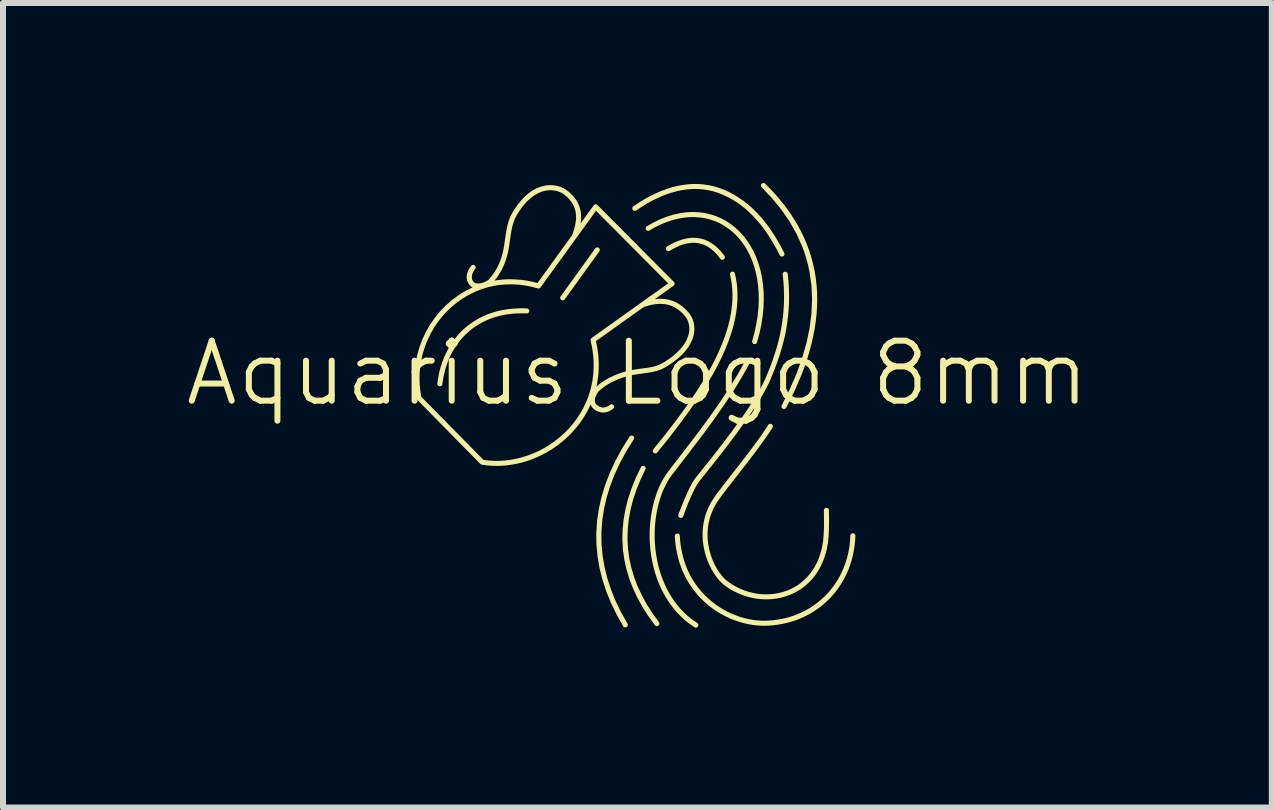
<source format=kicad_pcb>
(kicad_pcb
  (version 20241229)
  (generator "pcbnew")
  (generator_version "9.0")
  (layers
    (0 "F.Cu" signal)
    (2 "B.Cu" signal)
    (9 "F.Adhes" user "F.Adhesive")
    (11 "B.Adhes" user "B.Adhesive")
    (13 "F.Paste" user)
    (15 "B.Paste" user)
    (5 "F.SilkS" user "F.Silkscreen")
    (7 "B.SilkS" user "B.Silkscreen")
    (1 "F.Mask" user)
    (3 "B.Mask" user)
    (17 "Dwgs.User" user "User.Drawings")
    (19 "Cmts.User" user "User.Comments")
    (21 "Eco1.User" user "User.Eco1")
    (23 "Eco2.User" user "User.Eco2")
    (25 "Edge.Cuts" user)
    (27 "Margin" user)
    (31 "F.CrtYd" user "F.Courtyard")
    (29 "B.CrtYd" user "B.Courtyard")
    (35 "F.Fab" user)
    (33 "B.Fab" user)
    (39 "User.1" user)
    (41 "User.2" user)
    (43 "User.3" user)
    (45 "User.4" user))
  (footprint "Aquarius Logo 8mm"
    (layer "F.Cu")
    (at 7.574 3.671)
    (property "Reference" "Aquarius Logo 8mm" (at 0 -0.5 0) (unlocked yes) (layer "F.SilkS") (effects (font (size 1 1) (thickness 0.1))))
    (fp_poly (pts (xy -0.667 -2.597) (xy -0.665 -2.597) (xy -0.663 -2.597) (xy -0.661 -2.597) (xy -0.659 -2.596) (xy -0.657 -2.596) (xy -0.655 -2.595) (xy -0.653 -2.594) (xy -0.652 -2.594) (xy -0.65 -2.593) (xy -0.648 -2.592) (xy -0.646 -2.591) (xy -0.644 -2.589) (xy -0.642 -2.588) (xy -0.641 -2.587) (xy -0.639 -2.585) (xy -0.638 -2.584) (xy -0.636 -2.582) (xy -0.635 -2.581) (xy -0.634 -2.579) (xy -0.633 -2.577) (xy -0.632 -2.575) (xy -0.631 -2.574) (xy -0.63 -2.572) (xy -0.629 -2.57) (xy -0.629 -2.568) (xy -0.628 -2.566) (xy -0.628 -2.564) (xy -0.627 -2.562) (xy -0.627 -2.56) (xy -0.627 -2.558) (xy -0.627 -2.556) (xy -0.627 -2.554) (xy -0.627 -2.552) (xy -0.627 -2.55) (xy -0.627 -2.548) (xy -0.628 -2.546) (xy -0.628 -2.544) (xy -0.629 -2.542) (xy -0.63 -2.54) (xy -0.63 -2.538) (xy -0.631 -2.536) (xy -0.632 -2.534) (xy -0.633 -2.533) (xy -0.635 -2.531) (xy -1.211 -1.732) (xy -1.212 -1.73) (xy -1.213 -1.729) (xy -1.215 -1.727) (xy -1.216 -1.726) (xy -1.218 -1.724) (xy -1.219 -1.723) (xy -1.221 -1.722) (xy -1.223 -1.721) (xy -1.225 -1.72) (xy -1.226 -1.719) (xy -1.228 -1.718) (xy -1.23 -1.717) (xy -1.232 -1.717) (xy -1.234 -1.716) (xy -1.236 -1.716) (xy -1.238 -1.715) (xy -1.24 -1.715) (xy -1.242 -1.715) (xy -1.244 -1.715) (xy -1.246 -1.715) (xy -1.248 -1.715) (xy -1.25 -1.715) (xy -1.252 -1.715) (xy -1.254 -1.716) (xy -1.256 -1.716) (xy -1.258 -1.717) (xy -1.26 -1.718) (xy -1.262 -1.718) (xy -1.264 -1.719) (xy -1.266 -1.72) (xy -1.267 -1.721) (xy -1.269 -1.723) (xy -1.271 -1.724) (xy -1.272 -1.725) (xy -1.274 -1.727) (xy -1.275 -1.728) (xy -1.277 -1.73) (xy -1.278 -1.731) (xy -1.279 -1.733) (xy -1.28 -1.735) (xy -1.281 -1.737) (xy -1.282 -1.738) (xy -1.283 -1.74) (xy -1.284 -1.742) (xy -1.285 -1.744) (xy -1.285 -1.746) (xy -1.286 -1.748) (xy -1.286 -1.75) (xy -1.286 -1.752) (xy -1.286 -1.754) (xy -1.287 -1.756) (xy -1.287 -1.758) (xy -1.286 -1.76) (xy -1.286 -1.762) (xy -1.286 -1.764) (xy -1.285 -1.766) (xy -1.285 -1.768) (xy -1.284 -1.77) (xy -1.284 -1.772) (xy -1.283 -1.774) (xy -1.282 -1.776) (xy -1.281 -1.778) (xy -1.28 -1.779) (xy -1.279 -1.781) (xy -0.703 -2.58) (xy -0.701 -2.582) (xy -0.7 -2.583) (xy -0.699 -2.585) (xy -0.697 -2.586) (xy -0.696 -2.588) (xy -0.694 -2.589) (xy -0.692 -2.59) (xy -0.691 -2.591) (xy -0.689 -2.592) (xy -0.687 -2.593) (xy -0.685 -2.594) (xy -0.683 -2.595) (xy -0.681 -2.595) (xy -0.679 -2.596) (xy -0.677 -2.596) (xy -0.675 -2.597) (xy -0.673 -2.597) (xy -0.671 -2.597) (xy -0.669 -2.597)) (stroke (width 0) (type solid)) (fill yes) (layer "F.SilkS"))
    (fp_poly (pts (xy -0.095 0.538) (xy -0.093 0.538) (xy -0.091 0.538) (xy -0.089 0.539) (xy -0.087 0.539) (xy -0.085 0.54) (xy -0.083 0.54) (xy -0.081 0.541) (xy -0.08 0.542) (xy -0.078 0.543) (xy -0.076 0.544) (xy -0.074 0.545) (xy -0.072 0.546) (xy -0.071 0.548) (xy -0.069 0.549) (xy -0.067 0.55) (xy -0.066 0.552) (xy -0.065 0.553) (xy -0.063 0.555) (xy -0.062 0.557) (xy -0.061 0.558) (xy -0.06 0.56) (xy -0.059 0.562) (xy -0.058 0.564) (xy -0.058 0.566) (xy -0.057 0.568) (xy -0.056 0.57) (xy -0.056 0.572) (xy -0.056 0.574) (xy -0.055 0.576) (xy -0.055 0.578) (xy -0.055 0.58) (xy -0.055 0.582) (xy -0.055 0.584) (xy -0.056 0.586) (xy -0.056 0.588) (xy -0.056 0.59) (xy -0.057 0.592) (xy -0.057 0.594) (xy -0.058 0.596) (xy -0.059 0.598) (xy -0.06 0.599) (xy -0.061 0.601) (xy -0.062 0.603) (xy -0.184 0.799) (xy -0.29 0.995) (xy -0.381 1.19) (xy -0.456 1.385) (xy -0.515 1.579) (xy -0.558 1.772) (xy -0.587 1.964) (xy -0.6 2.157) (xy -0.598 2.348) (xy -0.58 2.539) (xy -0.548 2.729) (xy -0.501 2.919) (xy -0.439 3.108) (xy -0.363 3.297) (xy -0.272 3.485) (xy -0.166 3.672) (xy -0.165 3.674) (xy -0.164 3.676) (xy -0.163 3.678) (xy -0.163 3.68) (xy -0.162 3.682) (xy -0.161 3.684) (xy -0.161 3.686) (xy -0.161 3.688) (xy -0.16 3.69) (xy -0.16 3.692) (xy -0.16 3.694) (xy -0.16 3.696) (xy -0.16 3.698) (xy -0.161 3.7) (xy -0.161 3.702) (xy -0.161 3.704) (xy -0.162 3.706) (xy -0.163 3.708) (xy -0.163 3.709) (xy -0.164 3.711) (xy -0.165 3.713) (xy -0.166 3.715) (xy -0.167 3.717) (xy -0.168 3.718) (xy -0.169 3.72) (xy -0.171 3.721) (xy -0.172 3.723) (xy -0.174 3.724) (xy -0.175 3.726) (xy -0.177 3.727) (xy -0.179 3.728) (xy -0.18 3.73) (xy -0.182 3.731) (xy -0.184 3.732) (xy -0.186 3.732) (xy -0.188 3.733) (xy -0.19 3.734) (xy -0.192 3.734) (xy -0.194 3.735) (xy -0.196 3.735) (xy -0.198 3.735) (xy -0.2 3.736) (xy -0.202 3.736) (xy -0.204 3.735) (xy -0.206 3.735) (xy -0.208 3.735) (xy -0.21 3.735) (xy -0.212 3.734) (xy -0.214 3.734) (xy -0.216 3.733) (xy -0.218 3.732) (xy -0.22 3.732) (xy -0.222 3.731) (xy -0.223 3.73) (xy -0.225 3.729) (xy -0.227 3.728) (xy -0.228 3.726) (xy -0.23 3.725) (xy -0.232 3.724) (xy -0.233 3.722) (xy -0.234 3.72) (xy -0.236 3.719) (xy -0.237 3.717) (xy -0.238 3.715) (xy -0.347 3.522) (xy -0.44 3.329) (xy -0.519 3.135) (xy -0.583 2.94) (xy -0.632 2.745) (xy -0.665 2.549) (xy -0.683 2.353) (xy -0.685 2.156) (xy -0.672 1.958) (xy -0.643 1.76) (xy -0.598 1.561) (xy -0.537 1.361) (xy -0.46 1.161) (xy -0.367 0.96) (xy -0.258 0.759) (xy -0.132 0.557) (xy -0.131 0.555) (xy -0.13 0.553) (xy -0.128 0.552) (xy -0.127 0.55) (xy -0.125 0.549) (xy -0.124 0.547) (xy -0.122 0.546) (xy -0.12 0.545) (xy -0.119 0.544) (xy -0.117 0.543) (xy -0.115 0.542) (xy -0.113 0.541) (xy -0.111 0.54) (xy -0.109 0.54) (xy -0.107 0.539) (xy -0.105 0.539) (xy -0.104 0.538) (xy -0.102 0.538) (xy -0.1 0.538) (xy -0.097 0.538)) (stroke (width 0) (type solid)) (fill yes) (layer "F.SilkS"))
    (fp_poly (pts (xy 0.096 1.043) (xy 0.098 1.043) (xy 0.1 1.044) (xy 0.102 1.044) (xy 0.104 1.044) (xy 0.106 1.045) (xy 0.108 1.046) (xy 0.11 1.046) (xy 0.112 1.047) (xy 0.114 1.048) (xy 0.116 1.049) (xy 0.118 1.05) (xy 0.12 1.051) (xy 0.121 1.053) (xy 0.123 1.054) (xy 0.124 1.055) (xy 0.126 1.057) (xy 0.127 1.058) (xy 0.129 1.06) (xy 0.13 1.062) (xy 0.131 1.063) (xy 0.132 1.065) (xy 0.133 1.067) (xy 0.134 1.069) (xy 0.134 1.071) (xy 0.135 1.073) (xy 0.136 1.074) (xy 0.136 1.076) (xy 0.136 1.078) (xy 0.137 1.08) (xy 0.137 1.082) (xy 0.137 1.084) (xy 0.137 1.086) (xy 0.137 1.088) (xy 0.137 1.091) (xy 0.136 1.093) (xy 0.136 1.095) (xy 0.135 1.097) (xy 0.135 1.099) (xy 0.134 1.101) (xy 0.133 1.103) (xy 0.132 1.105) (xy 0.051 1.275) (xy -0.017 1.444) (xy -0.073 1.611) (xy -0.115 1.777) (xy -0.145 1.941) (xy -0.161 2.103) (xy -0.165 2.265) (xy -0.157 2.424) (xy -0.136 2.582) (xy -0.102 2.739) (xy -0.056 2.894) (xy 0.002 3.048) (xy 0.073 3.2) (xy 0.156 3.351) (xy 0.251 3.5) (xy 0.358 3.648) (xy 0.359 3.65) (xy 0.36 3.652) (xy 0.361 3.653) (xy 0.362 3.655) (xy 0.363 3.657) (xy 0.364 3.659) (xy 0.365 3.661) (xy 0.365 3.663) (xy 0.366 3.665) (xy 0.366 3.667) (xy 0.366 3.669) (xy 0.366 3.671) (xy 0.366 3.673) (xy 0.366 3.675) (xy 0.366 3.677) (xy 0.366 3.679) (xy 0.366 3.681) (xy 0.365 3.683) (xy 0.365 3.685) (xy 0.364 3.687) (xy 0.364 3.689) (xy 0.363 3.691) (xy 0.362 3.693) (xy 0.361 3.694) (xy 0.36 3.696) (xy 0.359 3.698) (xy 0.358 3.699) (xy 0.356 3.701) (xy 0.355 3.703) (xy 0.353 3.704) (xy 0.352 3.705) (xy 0.35 3.707) (xy 0.348 3.708) (xy 0.347 3.709) (xy 0.345 3.71) (xy 0.343 3.711) (xy 0.341 3.712) (xy 0.339 3.713) (xy 0.337 3.714) (xy 0.335 3.714) (xy 0.333 3.715) (xy 0.331 3.715) (xy 0.329 3.715) (xy 0.327 3.715) (xy 0.325 3.716) (xy 0.323 3.716) (xy 0.321 3.715) (xy 0.319 3.715) (xy 0.317 3.715) (xy 0.315 3.714) (xy 0.313 3.714) (xy 0.311 3.713) (xy 0.309 3.713) (xy 0.307 3.712) (xy 0.306 3.711) (xy 0.304 3.71) (xy 0.302 3.709) (xy 0.3 3.708) (xy 0.299 3.707) (xy 0.297 3.705) (xy 0.296 3.704) (xy 0.294 3.702) (xy 0.293 3.701) (xy 0.291 3.699) (xy 0.18 3.546) (xy 0.082 3.391) (xy -0.004 3.235) (xy -0.077 3.078) (xy -0.137 2.919) (xy -0.185 2.758) (xy -0.22 2.596) (xy -0.242 2.432) (xy -0.251 2.267) (xy -0.246 2.1) (xy -0.229 1.932) (xy -0.198 1.762) (xy -0.155 1.59) (xy -0.097 1.417) (xy -0.027 1.243) (xy 0.058 1.066) (xy 0.059 1.064) (xy 0.06 1.062) (xy 0.061 1.061) (xy 0.062 1.059) (xy 0.064 1.057) (xy 0.065 1.056) (xy 0.067 1.054) (xy 0.068 1.053) (xy 0.07 1.052) (xy 0.071 1.051) (xy 0.073 1.05) (xy 0.075 1.049) (xy 0.077 1.048) (xy 0.078 1.047) (xy 0.08 1.046) (xy 0.082 1.045) (xy 0.084 1.045) (xy 0.086 1.044) (xy 0.088 1.044) (xy 0.09 1.044) (xy 0.092 1.043) (xy 0.094 1.043)) (stroke (width 0) (type solid)) (fill yes) (layer "F.SilkS"))
    (fp_poly (pts (xy 2.102 -3.67) (xy 2.104 -3.67) (xy 2.106 -3.67) (xy 2.108 -3.67) (xy 2.11 -3.669) (xy 2.112 -3.669) (xy 2.114 -3.668) (xy 2.116 -3.668) (xy 2.118 -3.667) (xy 2.119 -3.666) (xy 2.121 -3.665) (xy 2.123 -3.664) (xy 2.125 -3.663) (xy 2.126 -3.661) (xy 2.128 -3.66) (xy 2.13 -3.659) (xy 2.223 -3.564) (xy 2.311 -3.469) (xy 2.393 -3.371) (xy 2.471 -3.273) (xy 2.543 -3.173) (xy 2.609 -3.071) (xy 2.671 -2.968) (xy 2.727 -2.864) (xy 2.778 -2.758) (xy 2.823 -2.651) (xy 2.864 -2.542) (xy 2.899 -2.432) (xy 2.928 -2.321) (xy 2.953 -2.208) (xy 2.972 -2.093) (xy 2.985 -1.977) (xy 2.994 -1.86) (xy 2.997 -1.741) (xy 2.995 -1.621) (xy 2.987 -1.499) (xy 2.974 -1.376) (xy 2.956 -1.252) (xy 2.932 -1.126) (xy 2.904 -0.998) (xy 2.869 -0.869) (xy 2.83 -0.739) (xy 2.785 -0.607) (xy 2.735 -0.474) (xy 2.618 -0.203) (xy 2.48 0.074) (xy 2.479 0.076) (xy 2.478 0.078) (xy 2.476 0.079) (xy 2.475 0.081) (xy 2.474 0.083) (xy 2.472 0.084) (xy 2.471 0.086) (xy 2.469 0.087) (xy 2.468 0.088) (xy 2.466 0.089) (xy 2.464 0.09) (xy 2.462 0.091) (xy 2.461 0.092) (xy 2.459 0.093) (xy 2.457 0.094) (xy 2.455 0.094) (xy 2.453 0.095) (xy 2.451 0.095) (xy 2.449 0.096) (xy 2.447 0.096) (xy 2.445 0.096) (xy 2.443 0.096) (xy 2.441 0.096) (xy 2.439 0.096) (xy 2.437 0.096) (xy 2.435 0.096) (xy 2.433 0.095) (xy 2.431 0.095) (xy 2.429 0.094) (xy 2.427 0.093) (xy 2.425 0.092) (xy 2.423 0.091) (xy 2.421 0.09) (xy 2.419 0.089) (xy 2.418 0.088) (xy 2.416 0.087) (xy 2.414 0.085) (xy 2.413 0.084) (xy 2.412 0.082) (xy 2.41 0.081) (xy 2.409 0.079) (xy 2.408 0.077) (xy 2.407 0.076) (xy 2.406 0.074) (xy 2.405 0.072) (xy 2.404 0.07) (xy 2.403 0.068) (xy 2.403 0.067) (xy 2.402 0.065) (xy 2.402 0.063) (xy 2.401 0.061) (xy 2.401 0.059) (xy 2.401 0.057) (xy 2.401 0.055) (xy 2.401 0.053) (xy 2.401 0.051) (xy 2.401 0.048) (xy 2.402 0.046) (xy 2.402 0.044) (xy 2.403 0.042) (xy 2.403 0.04) (xy 2.404 0.038) (xy 2.405 0.036) (xy 2.406 0.035) (xy 2.54 -0.235) (xy 2.654 -0.498) (xy 2.747 -0.757) (xy 2.819 -1.009) (xy 2.871 -1.256) (xy 2.901 -1.497) (xy 2.911 -1.732) (xy 2.901 -1.962) (xy 2.869 -2.186) (xy 2.846 -2.296) (xy 2.817 -2.405) (xy 2.784 -2.512) (xy 2.745 -2.618) (xy 2.651 -2.825) (xy 2.537 -3.027) (xy 2.402 -3.223) (xy 2.247 -3.414) (xy 2.071 -3.599) (xy 2.069 -3.6) (xy 2.068 -3.602) (xy 2.067 -3.603) (xy 2.066 -3.605) (xy 2.064 -3.607) (xy 2.063 -3.609) (xy 2.062 -3.61) (xy 2.062 -3.612) (xy 2.061 -3.614) (xy 2.06 -3.616) (xy 2.06 -3.618) (xy 2.059 -3.62) (xy 2.059 -3.622) (xy 2.059 -3.624) (xy 2.058 -3.626) (xy 2.058 -3.628) (xy 2.058 -3.63) (xy 2.058 -3.632) (xy 2.059 -3.634) (xy 2.059 -3.636) (xy 2.059 -3.638) (xy 2.06 -3.64) (xy 2.061 -3.642) (xy 2.061 -3.644) (xy 2.062 -3.646) (xy 2.063 -3.648) (xy 2.064 -3.649) (xy 2.065 -3.651) (xy 2.066 -3.653) (xy 2.067 -3.655) (xy 2.069 -3.656) (xy 2.07 -3.658) (xy 2.072 -3.659) (xy 2.073 -3.661) (xy 2.075 -3.662) (xy 2.077 -3.663) (xy 2.079 -3.664) (xy 2.08 -3.665) (xy 2.082 -3.666) (xy 2.084 -3.667) (xy 2.086 -3.668) (xy 2.088 -3.669) (xy 2.09 -3.669) (xy 2.092 -3.67) (xy 2.094 -3.67) (xy 2.096 -3.67) (xy 2.098 -3.67) (xy 2.1 -3.671)) (stroke (width 0) (type solid)) (fill yes) (layer "F.SilkS"))
    (fp_poly (pts (xy 1.587 -2.194) (xy 1.589 -2.193) (xy 1.591 -2.193) (xy 1.593 -2.193) (xy 1.595 -2.192) (xy 1.597 -2.192) (xy 1.599 -2.191) (xy 1.601 -2.19) (xy 1.603 -2.189) (xy 1.605 -2.189) (xy 1.606 -2.188) (xy 1.608 -2.186) (xy 1.61 -2.185) (xy 1.611 -2.184) (xy 1.613 -2.183) (xy 1.614 -2.181) (xy 1.616 -2.18) (xy 1.617 -2.178) (xy 1.618 -2.177) (xy 1.619 -2.175) (xy 1.62 -2.173) (xy 1.622 -2.171) (xy 1.622 -2.17) (xy 1.623 -2.168) (xy 1.624 -2.166) (xy 1.625 -2.164) (xy 1.625 -2.162) (xy 1.64 -2.093) (xy 1.652 -2.024) (xy 1.661 -1.954) (xy 1.666 -1.884) (xy 1.668 -1.813) (xy 1.668 -1.743) (xy 1.664 -1.671) (xy 1.658 -1.6) (xy 1.649 -1.528) (xy 1.637 -1.455) (xy 1.622 -1.382) (xy 1.605 -1.309) (xy 1.585 -1.236) (xy 1.562 -1.162) (xy 1.537 -1.088) (xy 1.51 -1.013) (xy 1.466 -0.902) (xy 1.416 -0.791) (xy 1.362 -0.679) (xy 1.304 -0.567) (xy 1.241 -0.453) (xy 1.174 -0.34) (xy 1.103 -0.226) (xy 1.029 -0.111) (xy 0.871 0.12) (xy 0.7 0.352) (xy 0.52 0.586) (xy 0.33 0.821) (xy 0.329 0.823) (xy 0.328 0.824) (xy 0.326 0.826) (xy 0.324 0.827) (xy 0.323 0.828) (xy 0.321 0.829) (xy 0.319 0.83) (xy 0.318 0.831) (xy 0.316 0.832) (xy 0.314 0.833) (xy 0.312 0.834) (xy 0.31 0.834) (xy 0.308 0.835) (xy 0.306 0.835) (xy 0.304 0.836) (xy 0.302 0.836) (xy 0.3 0.836) (xy 0.298 0.836) (xy 0.296 0.836) (xy 0.294 0.836) (xy 0.292 0.836) (xy 0.29 0.836) (xy 0.288 0.835) (xy 0.286 0.835) (xy 0.284 0.834) (xy 0.282 0.833) (xy 0.28 0.832) (xy 0.278 0.831) (xy 0.277 0.83) (xy 0.275 0.829) (xy 0.273 0.828) (xy 0.271 0.827) (xy 0.27 0.825) (xy 0.268 0.824) (xy 0.267 0.822) (xy 0.265 0.821) (xy 0.264 0.819) (xy 0.263 0.817) (xy 0.262 0.816) (xy 0.261 0.814) (xy 0.26 0.812) (xy 0.259 0.81) (xy 0.258 0.808) (xy 0.258 0.806) (xy 0.257 0.804) (xy 0.257 0.802) (xy 0.256 0.8) (xy 0.256 0.798) (xy 0.256 0.796) (xy 0.256 0.794) (xy 0.256 0.792) (xy 0.256 0.79) (xy 0.256 0.788) (xy 0.257 0.786) (xy 0.257 0.784) (xy 0.258 0.782) (xy 0.258 0.78) (xy 0.259 0.779) (xy 0.26 0.777) (xy 0.261 0.775) (xy 0.262 0.773) (xy 0.263 0.771) (xy 0.264 0.769) (xy 0.265 0.768) (xy 0.422 0.574) (xy 0.573 0.381) (xy 0.717 0.189) (xy 0.854 -0.001) (xy 0.982 -0.191) (xy 1.1 -0.379) (xy 1.155 -0.473) (xy 1.208 -0.566) (xy 1.258 -0.659) (xy 1.305 -0.752) (xy 1.348 -0.843) (xy 1.387 -0.933) (xy 1.424 -1.023) (xy 1.457 -1.112) (xy 1.487 -1.201) (xy 1.513 -1.289) (xy 1.535 -1.377) (xy 1.553 -1.464) (xy 1.567 -1.551) (xy 1.577 -1.637) (xy 1.583 -1.723) (xy 1.585 -1.808) (xy 1.582 -1.892) (xy 1.574 -1.976) (xy 1.561 -2.059) (xy 1.544 -2.142) (xy 1.543 -2.144) (xy 1.543 -2.146) (xy 1.543 -2.148) (xy 1.543 -2.15) (xy 1.543 -2.152) (xy 1.543 -2.154) (xy 1.543 -2.156) (xy 1.543 -2.158) (xy 1.543 -2.16) (xy 1.544 -2.162) (xy 1.545 -2.164) (xy 1.545 -2.166) (xy 1.546 -2.168) (xy 1.547 -2.17) (xy 1.548 -2.172) (xy 1.549 -2.174) (xy 1.55 -2.175) (xy 1.551 -2.177) (xy 1.552 -2.178) (xy 1.554 -2.18) (xy 1.555 -2.181) (xy 1.556 -2.183) (xy 1.558 -2.184) (xy 1.56 -2.185) (xy 1.561 -2.187) (xy 1.563 -2.188) (xy 1.565 -2.189) (xy 1.567 -2.19) (xy 1.569 -2.191) (xy 1.57 -2.191) (xy 1.573 -2.192) (xy 1.575 -2.192) (xy 1.577 -2.193) (xy 1.579 -2.193) (xy 1.581 -2.194) (xy 1.583 -2.194) (xy 1.585 -2.194)) (stroke (width 0) (type solid)) (fill yes) (layer "F.SilkS"))
    (fp_poly (pts (xy -1.843 -1.581) (xy -1.841 -1.58) (xy -1.839 -1.58) (xy -1.836 -1.58) (xy -1.834 -1.579) (xy -1.832 -1.579) (xy -1.83 -1.578) (xy -1.829 -1.577) (xy -1.827 -1.576) (xy -1.825 -1.576) (xy -1.823 -1.575) (xy -1.821 -1.573) (xy -1.82 -1.572) (xy -1.818 -1.571) (xy -1.817 -1.57) (xy -1.815 -1.568) (xy -1.814 -1.567) (xy -1.812 -1.565) (xy -1.811 -1.564) (xy -1.81 -1.562) (xy -1.809 -1.56) (xy -1.808 -1.559) (xy -1.807 -1.557) (xy -1.806 -1.555) (xy -1.805 -1.553) (xy -1.805 -1.551) (xy -1.804 -1.549) (xy -1.804 -1.547) (xy -1.803 -1.545) (xy -1.803 -1.543) (xy -1.803 -1.541) (xy -1.803 -1.539) (xy -1.803 -1.537) (xy -1.803 -1.535) (xy -1.803 -1.532) (xy -1.804 -1.53) (xy -1.804 -1.528) (xy -1.805 -1.526) (xy -1.805 -1.524) (xy -1.806 -1.522) (xy -1.807 -1.521) (xy -1.808 -1.519) (xy -1.809 -1.517) (xy -1.81 -1.515) (xy -1.811 -1.514) (xy -1.812 -1.512) (xy -1.814 -1.51) (xy -1.815 -1.509) (xy -1.816 -1.508) (xy -1.818 -1.506) (xy -1.82 -1.505) (xy -1.821 -1.504) (xy -1.823 -1.503) (xy -1.825 -1.502) (xy -1.826 -1.501) (xy -1.828 -1.5) (xy -1.83 -1.499) (xy -1.832 -1.499) (xy -1.834 -1.498) (xy -1.836 -1.498) (xy -1.838 -1.497) (xy -1.84 -1.497) (xy -1.842 -1.497) (xy -1.845 -1.497) (xy -1.847 -1.497) (xy -1.923 -1.499) (xy -1.997 -1.497) (xy -2.07 -1.493) (xy -2.14 -1.485) (xy -2.209 -1.475) (xy -2.275 -1.461) (xy -2.34 -1.445) (xy -2.402 -1.426) (xy -2.463 -1.404) (xy -2.521 -1.379) (xy -2.577 -1.352) (xy -2.632 -1.322) (xy -2.684 -1.29) (xy -2.734 -1.256) (xy -2.782 -1.219) (xy -2.828 -1.18) (xy -2.871 -1.139) (xy -2.912 -1.096) (xy -2.952 -1.051) (xy -2.988 -1.005) (xy -3.023 -0.956) (xy -3.056 -0.905) (xy -3.086 -0.853) (xy -3.113 -0.799) (xy -3.139 -0.744) (xy -3.162 -0.687) (xy -3.183 -0.629) (xy -3.201 -0.57) (xy -3.231 -0.447) (xy -3.251 -0.32) (xy -3.251 -0.318) (xy -3.252 -0.316) (xy -3.252 -0.314) (xy -3.253 -0.312) (xy -3.253 -0.31) (xy -3.254 -0.308) (xy -3.255 -0.306) (xy -3.256 -0.304) (xy -3.257 -0.302) (xy -3.258 -0.301) (xy -3.259 -0.299) (xy -3.261 -0.298) (xy -3.262 -0.296) (xy -3.263 -0.295) (xy -3.265 -0.293) (xy -3.267 -0.292) (xy -3.268 -0.291) (xy -3.27 -0.29) (xy -3.272 -0.289) (xy -3.273 -0.288) (xy -3.275 -0.287) (xy -3.277 -0.286) (xy -3.279 -0.285) (xy -3.281 -0.285) (xy -3.283 -0.284) (xy -3.285 -0.284) (xy -3.287 -0.283) (xy -3.289 -0.283) (xy -3.291 -0.283) (xy -3.293 -0.283) (xy -3.295 -0.283) (xy -3.297 -0.283) (xy -3.3 -0.283) (xy -3.302 -0.284) (xy -3.304 -0.284) (xy -3.306 -0.285) (xy -3.308 -0.286) (xy -3.31 -0.286) (xy -3.311 -0.287) (xy -3.313 -0.288) (xy -3.315 -0.289) (xy -3.317 -0.291) (xy -3.318 -0.292) (xy -3.32 -0.293) (xy -3.321 -0.294) (xy -3.323 -0.296) (xy -3.324 -0.297) (xy -3.325 -0.299) (xy -3.327 -0.3) (xy -3.328 -0.302) (xy -3.329 -0.304) (xy -3.33 -0.306) (xy -3.331 -0.307) (xy -3.332 -0.309) (xy -3.332 -0.311) (xy -3.333 -0.313) (xy -3.333 -0.315) (xy -3.334 -0.317) (xy -3.334 -0.319) (xy -3.334 -0.321) (xy -3.335 -0.323) (xy -3.335 -0.325) (xy -3.334 -0.328) (xy -3.334 -0.33) (xy -3.325 -0.398) (xy -3.313 -0.465) (xy -3.299 -0.53) (xy -3.282 -0.595) (xy -3.262 -0.658) (xy -3.24 -0.72) (xy -3.215 -0.78) (xy -3.188 -0.839) (xy -3.159 -0.896) (xy -3.127 -0.952) (xy -3.092 -1.005) (xy -3.056 -1.057) (xy -3.016 -1.107) (xy -2.975 -1.155) (xy -2.931 -1.201) (xy -2.885 -1.244) (xy -2.836 -1.286) (xy -2.785 -1.325) (xy -2.732 -1.361) (xy -2.677 -1.395) (xy -2.619 -1.427) (xy -2.559 -1.455) (xy -2.497 -1.482) (xy -2.433 -1.505) (xy -2.367 -1.525) (xy -2.298 -1.543) (xy -2.227 -1.557) (xy -2.155 -1.568) (xy -2.08 -1.576) (xy -2.003 -1.581) (xy -1.924 -1.583)) (stroke (width 0) (type solid)) (fill yes) (layer "F.SilkS"))
    (fp_poly (pts (xy 0.954 -2.758) (xy 0.984 -2.756) (xy 1.014 -2.752) (xy 1.044 -2.747) (xy 1.074 -2.74) (xy 1.103 -2.732) (xy 1.132 -2.721) (xy 1.161 -2.709) (xy 1.189 -2.696) (xy 1.217 -2.68) (xy 1.244 -2.663) (xy 1.271 -2.644) (xy 1.298 -2.623) (xy 1.324 -2.6) (xy 1.35 -2.575) (xy 1.376 -2.549) (xy 1.401 -2.52) (xy 1.425 -2.49) (xy 1.45 -2.458) (xy 1.451 -2.456) (xy 1.452 -2.454) (xy 1.453 -2.452) (xy 1.454 -2.45) (xy 1.455 -2.448) (xy 1.456 -2.446) (xy 1.456 -2.444) (xy 1.457 -2.442) (xy 1.457 -2.44) (xy 1.457 -2.438) (xy 1.458 -2.436) (xy 1.458 -2.434) (xy 1.458 -2.432) (xy 1.458 -2.43) (xy 1.457 -2.428) (xy 1.457 -2.426) (xy 1.457 -2.424) (xy 1.456 -2.422) (xy 1.456 -2.42) (xy 1.455 -2.419) (xy 1.454 -2.417) (xy 1.454 -2.415) (xy 1.453 -2.413) (xy 1.452 -2.411) (xy 1.451 -2.409) (xy 1.449 -2.408) (xy 1.448 -2.406) (xy 1.447 -2.405) (xy 1.445 -2.403) (xy 1.444 -2.402) (xy 1.442 -2.4) (xy 1.44 -2.399) (xy 1.439 -2.398) (xy 1.437 -2.397) (xy 1.435 -2.396) (xy 1.433 -2.395) (xy 1.431 -2.394) (xy 1.429 -2.393) (xy 1.427 -2.393) (xy 1.425 -2.392) (xy 1.423 -2.392) (xy 1.421 -2.391) (xy 1.419 -2.391) (xy 1.417 -2.391) (xy 1.415 -2.391) (xy 1.413 -2.391) (xy 1.411 -2.391) (xy 1.409 -2.391) (xy 1.407 -2.392) (xy 1.405 -2.392) (xy 1.403 -2.393) (xy 1.401 -2.393) (xy 1.4 -2.394) (xy 1.398 -2.395) (xy 1.396 -2.396) (xy 1.394 -2.397) (xy 1.392 -2.398) (xy 1.391 -2.399) (xy 1.389 -2.401) (xy 1.387 -2.402) (xy 1.386 -2.403) (xy 1.384 -2.405) (xy 1.383 -2.407) (xy 1.382 -2.408) (xy 1.361 -2.436) (xy 1.339 -2.463) (xy 1.317 -2.488) (xy 1.295 -2.512) (xy 1.272 -2.533) (xy 1.249 -2.554) (xy 1.226 -2.572) (xy 1.203 -2.589) (xy 1.179 -2.605) (xy 1.155 -2.619) (xy 1.13 -2.631) (xy 1.105 -2.642) (xy 1.08 -2.651) (xy 1.055 -2.659) (xy 1.029 -2.665) (xy 1.003 -2.669) (xy 0.976 -2.672) (xy 0.949 -2.674) (xy 0.921 -2.674) (xy 0.894 -2.672) (xy 0.865 -2.669) (xy 0.837 -2.665) (xy 0.809 -2.659) (xy 0.78 -2.651) (xy 0.75 -2.642) (xy 0.721 -2.632) (xy 0.691 -2.62) (xy 0.661 -2.607) (xy 0.631 -2.592) (xy 0.6 -2.577) (xy 0.569 -2.559) (xy 0.538 -2.541) (xy 0.536 -2.54) (xy 0.534 -2.539) (xy 0.532 -2.538) (xy 0.53 -2.537) (xy 0.528 -2.536) (xy 0.526 -2.536) (xy 0.524 -2.535) (xy 0.522 -2.535) (xy 0.52 -2.535) (xy 0.518 -2.535) (xy 0.516 -2.534) (xy 0.514 -2.535) (xy 0.512 -2.535) (xy 0.51 -2.535) (xy 0.508 -2.535) (xy 0.506 -2.536) (xy 0.504 -2.536) (xy 0.502 -2.537) (xy 0.5 -2.537) (xy 0.498 -2.538) (xy 0.496 -2.539) (xy 0.495 -2.54) (xy 0.493 -2.541) (xy 0.491 -2.542) (xy 0.49 -2.544) (xy 0.488 -2.545) (xy 0.486 -2.546) (xy 0.485 -2.548) (xy 0.484 -2.549) (xy 0.482 -2.551) (xy 0.481 -2.553) (xy 0.48 -2.555) (xy 0.479 -2.556) (xy 0.478 -2.558) (xy 0.477 -2.56) (xy 0.476 -2.562) (xy 0.475 -2.564) (xy 0.475 -2.566) (xy 0.474 -2.568) (xy 0.474 -2.57) (xy 0.474 -2.572) (xy 0.474 -2.574) (xy 0.474 -2.576) (xy 0.474 -2.578) (xy 0.474 -2.58) (xy 0.474 -2.582) (xy 0.474 -2.584) (xy 0.475 -2.586) (xy 0.475 -2.588) (xy 0.476 -2.59) (xy 0.477 -2.592) (xy 0.477 -2.594) (xy 0.478 -2.596) (xy 0.479 -2.597) (xy 0.48 -2.599) (xy 0.481 -2.601) (xy 0.483 -2.603) (xy 0.484 -2.604) (xy 0.485 -2.606) (xy 0.487 -2.607) (xy 0.488 -2.608) (xy 0.49 -2.61) (xy 0.492 -2.611) (xy 0.494 -2.612) (xy 0.529 -2.633) (xy 0.563 -2.652) (xy 0.598 -2.67) (xy 0.632 -2.686) (xy 0.666 -2.7) (xy 0.699 -2.713) (xy 0.732 -2.724) (xy 0.765 -2.734) (xy 0.797 -2.742) (xy 0.829 -2.748) (xy 0.861 -2.753) (xy 0.892 -2.756) (xy 0.923 -2.758)) (stroke (width 0) (type solid)) (fill yes) (layer "F.SilkS"))
    (fp_poly (pts (xy 1.023 -3.654) (xy 1.11 -3.646) (xy 1.196 -3.633) (xy 1.282 -3.614) (xy 1.367 -3.588) (xy 1.367 -3.588) (xy 1.453 -3.554) (xy 1.536 -3.516) (xy 1.616 -3.473) (xy 1.694 -3.424) (xy 1.769 -3.372) (xy 1.842 -3.314) (xy 1.913 -3.253) (xy 1.981 -3.186) (xy 2.047 -3.116) (xy 2.11 -3.041) (xy 2.172 -2.961) (xy 2.231 -2.878) (xy 2.288 -2.791) (xy 2.343 -2.7) (xy 2.396 -2.604) (xy 2.447 -2.505) (xy 2.448 -2.503) (xy 2.448 -2.501) (xy 2.449 -2.499) (xy 2.45 -2.497) (xy 2.45 -2.495) (xy 2.451 -2.493) (xy 2.451 -2.491) (xy 2.451 -2.489) (xy 2.451 -2.487) (xy 2.451 -2.485) (xy 2.451 -2.483) (xy 2.451 -2.481) (xy 2.45 -2.479) (xy 2.45 -2.477) (xy 2.449 -2.475) (xy 2.449 -2.473) (xy 2.448 -2.471) (xy 2.447 -2.47) (xy 2.447 -2.468) (xy 2.446 -2.466) (xy 2.445 -2.464) (xy 2.443 -2.463) (xy 2.442 -2.461) (xy 2.441 -2.459) (xy 2.439 -2.458) (xy 2.438 -2.456) (xy 2.437 -2.455) (xy 2.435 -2.454) (xy 2.433 -2.452) (xy 2.431 -2.451) (xy 2.43 -2.45) (xy 2.428 -2.449) (xy 2.426 -2.448) (xy 2.424 -2.447) (xy 2.422 -2.447) (xy 2.42 -2.446) (xy 2.418 -2.446) (xy 2.416 -2.445) (xy 2.414 -2.445) (xy 2.412 -2.445) (xy 2.41 -2.445) (xy 2.408 -2.445) (xy 2.406 -2.445) (xy 2.404 -2.445) (xy 2.402 -2.446) (xy 2.4 -2.446) (xy 2.398 -2.446) (xy 2.396 -2.447) (xy 2.394 -2.448) (xy 2.392 -2.449) (xy 2.39 -2.449) (xy 2.388 -2.45) (xy 2.387 -2.451) (xy 2.385 -2.453) (xy 2.383 -2.454) (xy 2.382 -2.455) (xy 2.38 -2.456) (xy 2.379 -2.458) (xy 2.377 -2.459) (xy 2.376 -2.461) (xy 2.375 -2.463) (xy 2.374 -2.464) (xy 2.373 -2.466) (xy 2.372 -2.468) (xy 2.323 -2.563) (xy 2.272 -2.654) (xy 2.22 -2.742) (xy 2.165 -2.826) (xy 2.108 -2.906) (xy 2.05 -2.982) (xy 1.989 -3.054) (xy 1.926 -3.122) (xy 1.861 -3.186) (xy 1.794 -3.246) (xy 1.724 -3.301) (xy 1.652 -3.352) (xy 1.578 -3.398) (xy 1.501 -3.439) (xy 1.421 -3.476) (xy 1.339 -3.509) (xy 1.259 -3.533) (xy 1.178 -3.551) (xy 1.096 -3.563) (xy 1.014 -3.57) (xy 0.931 -3.571) (xy 0.847 -3.566) (xy 0.763 -3.555) (xy 0.678 -3.539) (xy 0.593 -3.517) (xy 0.507 -3.49) (xy 0.421 -3.457) (xy 0.334 -3.419) (xy 0.246 -3.376) (xy 0.158 -3.327) (xy 0.07 -3.273) (xy -0.02 -3.214) (xy -0.021 -3.213) (xy -0.023 -3.211) (xy -0.025 -3.21) (xy -0.027 -3.21) (xy -0.029 -3.209) (xy -0.031 -3.208) (xy -0.033 -3.208) (xy -0.035 -3.207) (xy -0.037 -3.207) (xy -0.039 -3.207) (xy -0.041 -3.206) (xy -0.043 -3.206) (xy -0.045 -3.206) (xy -0.047 -3.206) (xy -0.049 -3.207) (xy -0.051 -3.207) (xy -0.053 -3.207) (xy -0.055 -3.208) (xy -0.057 -3.209) (xy -0.059 -3.209) (xy -0.061 -3.21) (xy -0.062 -3.211) (xy -0.064 -3.212) (xy -0.066 -3.213) (xy -0.068 -3.214) (xy -0.069 -3.215) (xy -0.071 -3.217) (xy -0.073 -3.218) (xy -0.074 -3.219) (xy -0.075 -3.221) (xy -0.077 -3.223) (xy -0.078 -3.224) (xy -0.079 -3.226) (xy -0.08 -3.228) (xy -0.081 -3.23) (xy -0.082 -3.232) (xy -0.083 -3.234) (xy -0.084 -3.236) (xy -0.084 -3.238) (xy -0.085 -3.24) (xy -0.085 -3.242) (xy -0.085 -3.244) (xy -0.085 -3.246) (xy -0.085 -3.248) (xy -0.085 -3.25) (xy -0.085 -3.252) (xy -0.085 -3.254) (xy -0.085 -3.256) (xy -0.084 -3.258) (xy -0.084 -3.26) (xy -0.083 -3.262) (xy -0.083 -3.264) (xy -0.082 -3.265) (xy -0.081 -3.267) (xy -0.08 -3.269) (xy -0.079 -3.271) (xy -0.078 -3.273) (xy -0.076 -3.274) (xy -0.075 -3.276) (xy -0.074 -3.277) (xy -0.072 -3.279) (xy -0.071 -3.28) (xy -0.069 -3.282) (xy -0.067 -3.283) (xy 0.027 -3.345) (xy 0.12 -3.402) (xy 0.213 -3.453) (xy 0.306 -3.498) (xy 0.397 -3.538) (xy 0.489 -3.572) (xy 0.579 -3.6) (xy 0.669 -3.623) (xy 0.759 -3.639) (xy 0.847 -3.65) (xy 0.935 -3.655)) (stroke (width 0) (type solid)) (fill yes) (layer "F.SilkS"))
    (fp_poly (pts (xy 2.465 -2.192) (xy 2.467 -2.192) (xy 2.469 -2.192) (xy 2.471 -2.192) (xy 2.473 -2.191) (xy 2.475 -2.191) (xy 2.477 -2.19) (xy 2.479 -2.189) (xy 2.481 -2.189) (xy 2.483 -2.188) (xy 2.485 -2.187) (xy 2.487 -2.186) (xy 2.488 -2.184) (xy 2.49 -2.183) (xy 2.491 -2.182) (xy 2.493 -2.181) (xy 2.494 -2.179) (xy 2.496 -2.178) (xy 2.497 -2.176) (xy 2.498 -2.175) (xy 2.499 -2.173) (xy 2.5 -2.171) (xy 2.501 -2.169) (xy 2.502 -2.167) (xy 2.503 -2.165) (xy 2.504 -2.164) (xy 2.504 -2.162) (xy 2.505 -2.159) (xy 2.505 -2.157) (xy 2.505 -2.155) (xy 2.518 -2.033) (xy 2.525 -1.913) (xy 2.528 -1.795) (xy 2.527 -1.679) (xy 2.521 -1.565) (xy 2.511 -1.453) (xy 2.497 -1.341) (xy 2.48 -1.231) (xy 2.458 -1.122) (xy 2.432 -1.013) (xy 2.402 -0.905) (xy 2.369 -0.796) (xy 2.332 -0.688) (xy 2.292 -0.58) (xy 2.249 -0.47) (xy 2.202 -0.36) (xy 2.158 -0.27) (xy 2.105 -0.172) (xy 2.044 -0.068) (xy 1.975 0.042) (xy 1.82 0.272) (xy 1.651 0.507) (xy 1.478 0.737) (xy 1.311 0.951) (xy 1.038 1.292) (xy 1.016 1.322) (xy 0.993 1.358) (xy 0.97 1.399) (xy 0.946 1.444) (xy 0.9 1.541) (xy 0.857 1.64) (xy 0.82 1.733) (xy 0.79 1.811) (xy 0.763 1.883) (xy 0.762 1.885) (xy 0.761 1.887) (xy 0.76 1.889) (xy 0.759 1.891) (xy 0.758 1.893) (xy 0.757 1.894) (xy 0.756 1.896) (xy 0.754 1.898) (xy 0.753 1.899) (xy 0.752 1.9) (xy 0.75 1.902) (xy 0.748 1.903) (xy 0.747 1.904) (xy 0.745 1.905) (xy 0.743 1.906) (xy 0.741 1.907) (xy 0.74 1.908) (xy 0.738 1.909) (xy 0.736 1.909) (xy 0.734 1.91) (xy 0.732 1.91) (xy 0.73 1.911) (xy 0.728 1.911) (xy 0.726 1.911) (xy 0.724 1.911) (xy 0.722 1.911) (xy 0.72 1.911) (xy 0.718 1.911) (xy 0.716 1.91) (xy 0.714 1.91) (xy 0.712 1.909) (xy 0.709 1.909) (xy 0.707 1.908) (xy 0.705 1.907) (xy 0.704 1.906) (xy 0.702 1.905) (xy 0.7 1.904) (xy 0.698 1.903) (xy 0.697 1.901) (xy 0.695 1.9) (xy 0.694 1.899) (xy 0.692 1.897) (xy 0.691 1.896) (xy 0.69 1.894) (xy 0.689 1.892) (xy 0.687 1.891) (xy 0.687 1.889) (xy 0.686 1.887) (xy 0.685 1.885) (xy 0.684 1.883) (xy 0.683 1.881) (xy 0.683 1.88) (xy 0.682 1.878) (xy 0.682 1.876) (xy 0.682 1.874) (xy 0.682 1.872) (xy 0.682 1.869) (xy 0.682 1.867) (xy 0.682 1.865) (xy 0.682 1.863) (xy 0.682 1.861) (xy 0.683 1.859) (xy 0.683 1.857) (xy 0.684 1.855) (xy 0.712 1.779) (xy 0.744 1.699) (xy 0.783 1.602) (xy 0.829 1.498) (xy 0.852 1.447) (xy 0.877 1.397) (xy 0.901 1.35) (xy 0.926 1.307) (xy 0.95 1.27) (xy 0.973 1.239) (xy 1.243 0.902) (xy 1.408 0.69) (xy 1.579 0.463) (xy 1.747 0.231) (xy 1.826 0.116) (xy 1.9 0.004) (xy 1.968 -0.105) (xy 2.03 -0.208) (xy 2.082 -0.305) (xy 2.125 -0.394) (xy 2.171 -0.502) (xy 2.213 -0.608) (xy 2.253 -0.714) (xy 2.288 -0.82) (xy 2.321 -0.925) (xy 2.35 -1.031) (xy 2.375 -1.137) (xy 2.396 -1.244) (xy 2.414 -1.351) (xy 2.428 -1.46) (xy 2.437 -1.57) (xy 2.443 -1.681) (xy 2.444 -1.794) (xy 2.441 -1.909) (xy 2.434 -2.026) (xy 2.422 -2.146) (xy 2.422 -2.148) (xy 2.422 -2.15) (xy 2.422 -2.152) (xy 2.422 -2.154) (xy 2.422 -2.156) (xy 2.422 -2.158) (xy 2.423 -2.16) (xy 2.423 -2.162) (xy 2.424 -2.164) (xy 2.425 -2.166) (xy 2.426 -2.168) (xy 2.426 -2.17) (xy 2.427 -2.171) (xy 2.428 -2.173) (xy 2.43 -2.175) (xy 2.431 -2.176) (xy 2.432 -2.178) (xy 2.433 -2.179) (xy 2.435 -2.181) (xy 2.436 -2.182) (xy 2.438 -2.184) (xy 2.44 -2.185) (xy 2.441 -2.186) (xy 2.443 -2.187) (xy 2.445 -2.188) (xy 2.447 -2.189) (xy 2.449 -2.19) (xy 2.451 -2.19) (xy 2.453 -2.191) (xy 2.455 -2.191) (xy 2.457 -2.192) (xy 2.459 -2.192) (xy 2.461 -2.192) (xy 2.463 -2.192)) (stroke (width 0) (type solid)) (fill yes) (layer "F.SilkS"))
    (fp_poly (pts (xy 1.025 -3.183) (xy 1.123 -3.17) (xy 1.219 -3.148) (xy 1.311 -3.118) (xy 1.399 -3.08) (xy 1.484 -3.034) (xy 1.564 -2.981) (xy 1.64 -2.92) (xy 1.711 -2.852) (xy 1.777 -2.778) (xy 1.837 -2.698) (xy 1.892 -2.611) (xy 1.942 -2.519) (xy 1.985 -2.42) (xy 2.022 -2.316) (xy 2.053 -2.206) (xy 2.077 -2.091) (xy 2.094 -1.972) (xy 2.104 -1.847) (xy 2.106 -1.719) (xy 2.101 -1.586) (xy 2.087 -1.449) (xy 2.065 -1.308) (xy 2.034 -1.164) (xy 1.994 -1.016) (xy 1.994 -1.014) (xy 1.993 -1.012) (xy 1.992 -1.01) (xy 1.991 -1.008) (xy 1.99 -1.006) (xy 1.989 -1.005) (xy 1.988 -1.003) (xy 1.986 -1.001) (xy 1.985 -1) (xy 1.984 -0.998) (xy 1.982 -0.997) (xy 1.981 -0.996) (xy 1.979 -0.994) (xy 1.977 -0.993) (xy 1.976 -0.992) (xy 1.974 -0.991) (xy 1.972 -0.99) (xy 1.97 -0.989) (xy 1.968 -0.989) (xy 1.967 -0.988) (xy 1.965 -0.988) (xy 1.963 -0.987) (xy 1.961 -0.987) (xy 1.959 -0.986) (xy 1.957 -0.986) (xy 1.955 -0.986) (xy 1.952 -0.986) (xy 1.95 -0.986) (xy 1.948 -0.987) (xy 1.946 -0.987) (xy 1.944 -0.987) (xy 1.942 -0.988) (xy 1.94 -0.989) (xy 1.938 -0.989) (xy 1.936 -0.99) (xy 1.934 -0.991) (xy 1.932 -0.992) (xy 1.931 -0.993) (xy 1.929 -0.994) (xy 1.927 -0.996) (xy 1.926 -0.997) (xy 1.924 -0.998) (xy 1.923 -1) (xy 1.922 -1.001) (xy 1.92 -1.003) (xy 1.919 -1.005) (xy 1.918 -1.006) (xy 1.917 -1.008) (xy 1.916 -1.01) (xy 1.915 -1.012) (xy 1.915 -1.014) (xy 1.914 -1.016) (xy 1.913 -1.018) (xy 1.913 -1.019) (xy 1.913 -1.021) (xy 1.912 -1.024) (xy 1.912 -1.026) (xy 1.912 -1.028) (xy 1.912 -1.03) (xy 1.912 -1.032) (xy 1.912 -1.034) (xy 1.913 -1.036) (xy 1.913 -1.038) (xy 1.914 -1.04) (xy 1.952 -1.181) (xy 1.981 -1.319) (xy 2.003 -1.453) (xy 2.017 -1.584) (xy 2.023 -1.711) (xy 2.021 -1.834) (xy 2.012 -1.953) (xy 1.997 -2.067) (xy 1.974 -2.177) (xy 1.946 -2.281) (xy 1.911 -2.381) (xy 1.87 -2.475) (xy 1.823 -2.564) (xy 1.771 -2.647) (xy 1.713 -2.723) (xy 1.651 -2.794) (xy 1.618 -2.826) (xy 1.584 -2.857) (xy 1.549 -2.886) (xy 1.513 -2.913) (xy 1.476 -2.939) (xy 1.438 -2.963) (xy 1.4 -2.985) (xy 1.36 -3.005) (xy 1.319 -3.024) (xy 1.277 -3.04) (xy 1.235 -3.055) (xy 1.191 -3.068) (xy 1.147 -3.079) (xy 1.102 -3.088) (xy 1.057 -3.094) (xy 1.011 -3.099) (xy 0.964 -3.102) (xy 0.916 -3.103) (xy 0.868 -3.101) (xy 0.819 -3.098) (xy 0.77 -3.092) (xy 0.72 -3.084) (xy 0.67 -3.074) (xy 0.62 -3.062) (xy 0.569 -3.047) (xy 0.517 -3.03) (xy 0.465 -3.011) (xy 0.413 -2.99) (xy 0.361 -2.966) (xy 0.308 -2.94) (xy 0.255 -2.911) (xy 0.202 -2.88) (xy 0.201 -2.879) (xy 0.199 -2.878) (xy 0.197 -2.877) (xy 0.195 -2.876) (xy 0.193 -2.875) (xy 0.191 -2.875) (xy 0.189 -2.874) (xy 0.187 -2.874) (xy 0.185 -2.874) (xy 0.183 -2.874) (xy 0.181 -2.873) (xy 0.179 -2.874) (xy 0.177 -2.874) (xy 0.175 -2.874) (xy 0.173 -2.874) (xy 0.171 -2.875) (xy 0.169 -2.875) (xy 0.167 -2.876) (xy 0.165 -2.877) (xy 0.163 -2.877) (xy 0.161 -2.878) (xy 0.16 -2.879) (xy 0.158 -2.88) (xy 0.156 -2.881) (xy 0.154 -2.883) (xy 0.153 -2.884) (xy 0.151 -2.885) (xy 0.15 -2.887) (xy 0.149 -2.888) (xy 0.147 -2.89) (xy 0.146 -2.892) (xy 0.145 -2.894) (xy 0.144 -2.895) (xy 0.143 -2.897) (xy 0.142 -2.899) (xy 0.141 -2.901) (xy 0.14 -2.903) (xy 0.14 -2.905) (xy 0.139 -2.907) (xy 0.139 -2.909) (xy 0.139 -2.911) (xy 0.139 -2.913) (xy 0.139 -2.915) (xy 0.139 -2.917) (xy 0.139 -2.919) (xy 0.139 -2.921) (xy 0.139 -2.923) (xy 0.14 -2.925) (xy 0.14 -2.927) (xy 0.141 -2.929) (xy 0.142 -2.931) (xy 0.142 -2.933) (xy 0.143 -2.935) (xy 0.144 -2.937) (xy 0.145 -2.938) (xy 0.147 -2.94) (xy 0.148 -2.942) (xy 0.149 -2.943) (xy 0.15 -2.945) (xy 0.152 -2.946) (xy 0.154 -2.948) (xy 0.155 -2.949) (xy 0.157 -2.95) (xy 0.159 -2.951) (xy 0.272 -3.015) (xy 0.385 -3.069) (xy 0.496 -3.112) (xy 0.606 -3.146) (xy 0.714 -3.169) (xy 0.82 -3.183) (xy 0.924 -3.188)) (stroke (width 0) (type solid)) (fill yes) (layer "F.SilkS"))
    (fp_poly (pts (xy 1.848 -0.755) (xy 1.85 -0.755) (xy 1.852 -0.755) (xy 1.854 -0.754) (xy 1.856 -0.754) (xy 1.858 -0.753) (xy 1.86 -0.753) (xy 1.862 -0.752) (xy 1.864 -0.751) (xy 1.866 -0.75) (xy 1.868 -0.749) (xy 1.869 -0.748) (xy 1.871 -0.747) (xy 1.873 -0.745) (xy 1.874 -0.744) (xy 1.876 -0.743) (xy 1.877 -0.741) (xy 1.879 -0.74) (xy 1.88 -0.738) (xy 1.881 -0.736) (xy 1.882 -0.735) (xy 1.883 -0.733) (xy 1.884 -0.731) (xy 1.885 -0.729) (xy 1.886 -0.727) (xy 1.886 -0.725) (xy 1.887 -0.724) (xy 1.887 -0.722) (xy 1.888 -0.72) (xy 1.888 -0.718) (xy 1.888 -0.716) (xy 1.888 -0.714) (xy 1.888 -0.712) (xy 1.888 -0.71) (xy 1.888 -0.707) (xy 1.888 -0.705) (xy 1.887 -0.703) (xy 1.887 -0.701) (xy 1.886 -0.699) (xy 1.885 -0.697) (xy 1.885 -0.695) (xy 1.884 -0.694) (xy 1.817 -0.569) (xy 1.746 -0.445) (xy 1.673 -0.323) (xy 1.598 -0.201) (xy 1.439 0.038) (xy 1.274 0.273) (xy 1.104 0.505) (xy 0.93 0.734) (xy 0.583 1.185) (xy 0.541 1.242) (xy 0.503 1.304) (xy 0.468 1.369) (xy 0.435 1.438) (xy 0.406 1.51) (xy 0.38 1.586) (xy 0.357 1.663) (xy 0.337 1.744) (xy 0.32 1.826) (xy 0.307 1.911) (xy 0.297 1.997) (xy 0.29 2.084) (xy 0.288 2.172) (xy 0.288 2.261) (xy 0.293 2.35) (xy 0.301 2.44) (xy 0.313 2.529) (xy 0.329 2.618) (xy 0.348 2.706) (xy 0.372 2.794) (xy 0.4 2.88) (xy 0.432 2.964) (xy 0.468 3.047) (xy 0.509 3.127) (xy 0.554 3.206) (xy 0.603 3.281) (xy 0.657 3.354) (xy 0.715 3.423) (xy 0.778 3.489) (xy 0.846 3.551) (xy 0.919 3.609) (xy 0.997 3.662) (xy 0.998 3.663) (xy 1 3.665) (xy 1.002 3.666) (xy 1.003 3.668) (xy 1.005 3.669) (xy 1.006 3.671) (xy 1.007 3.672) (xy 1.009 3.674) (xy 1.01 3.676) (xy 1.011 3.677) (xy 1.012 3.679) (xy 1.013 3.681) (xy 1.013 3.683) (xy 1.014 3.685) (xy 1.015 3.687) (xy 1.015 3.689) (xy 1.015 3.691) (xy 1.016 3.693) (xy 1.016 3.695) (xy 1.016 3.697) (xy 1.016 3.699) (xy 1.016 3.701) (xy 1.016 3.703) (xy 1.015 3.705) (xy 1.015 3.707) (xy 1.015 3.709) (xy 1.014 3.711) (xy 1.013 3.713) (xy 1.012 3.715) (xy 1.012 3.717) (xy 1.01 3.718) (xy 1.009 3.72) (xy 1.008 3.722) (xy 1.007 3.724) (xy 1.006 3.725) (xy 1.004 3.727) (xy 1.003 3.728) (xy 1.001 3.73) (xy 0.999 3.731) (xy 0.998 3.732) (xy 0.996 3.733) (xy 0.994 3.734) (xy 0.993 3.735) (xy 0.991 3.736) (xy 0.989 3.737) (xy 0.987 3.738) (xy 0.985 3.738) (xy 0.983 3.739) (xy 0.981 3.739) (xy 0.979 3.739) (xy 0.977 3.74) (xy 0.975 3.74) (xy 0.973 3.74) (xy 0.971 3.74) (xy 0.969 3.739) (xy 0.967 3.739) (xy 0.965 3.739) (xy 0.963 3.738) (xy 0.961 3.738) (xy 0.959 3.737) (xy 0.957 3.736) (xy 0.955 3.735) (xy 0.953 3.734) (xy 0.951 3.733) (xy 0.91 3.705) (xy 0.87 3.677) (xy 0.831 3.647) (xy 0.793 3.616) (xy 0.757 3.584) (xy 0.722 3.551) (xy 0.655 3.482) (xy 0.594 3.409) (xy 0.537 3.333) (xy 0.485 3.253) (xy 0.437 3.171) (xy 0.394 3.087) (xy 0.356 3) (xy 0.322 2.911) (xy 0.293 2.821) (xy 0.268 2.729) (xy 0.247 2.636) (xy 0.23 2.543) (xy 0.217 2.449) (xy 0.209 2.355) (xy 0.204 2.262) (xy 0.204 2.168) (xy 0.207 2.076) (xy 0.214 1.984) (xy 0.225 1.894) (xy 0.239 1.806) (xy 0.257 1.72) (xy 0.278 1.635) (xy 0.302 1.554) (xy 0.33 1.475) (xy 0.361 1.399) (xy 0.395 1.327) (xy 0.433 1.259) (xy 0.473 1.194) (xy 0.516 1.134) (xy 0.861 0.686) (xy 1.034 0.459) (xy 1.203 0.228) (xy 1.368 -0.006) (xy 1.525 -0.243) (xy 1.6 -0.364) (xy 1.673 -0.485) (xy 1.743 -0.608) (xy 1.809 -0.732) (xy 1.81 -0.734) (xy 1.811 -0.736) (xy 1.813 -0.738) (xy 1.814 -0.739) (xy 1.815 -0.741) (xy 1.817 -0.742) (xy 1.818 -0.744) (xy 1.82 -0.745) (xy 1.821 -0.747) (xy 1.823 -0.748) (xy 1.825 -0.749) (xy 1.826 -0.75) (xy 1.828 -0.751) (xy 1.83 -0.752) (xy 1.832 -0.752) (xy 1.834 -0.753) (xy 1.836 -0.753) (xy 1.838 -0.754) (xy 1.84 -0.754) (xy 1.842 -0.755) (xy 1.844 -0.755) (xy 1.846 -0.755)) (stroke (width 0) (type solid)) (fill yes) (layer "F.SilkS"))
    (fp_poly (pts (xy 3.592 2.167) (xy 3.595 2.167) (xy 3.597 2.167) (xy 3.599 2.167) (xy 3.601 2.168) (xy 3.603 2.168) (xy 3.605 2.169) (xy 3.607 2.17) (xy 3.609 2.17) (xy 3.611 2.171) (xy 3.612 2.172) (xy 3.614 2.173) (xy 3.616 2.174) (xy 3.617 2.176) (xy 3.619 2.177) (xy 3.62 2.178) (xy 3.622 2.18) (xy 3.623 2.181) (xy 3.624 2.183) (xy 3.626 2.184) (xy 3.627 2.186) (xy 3.628 2.188) (xy 3.629 2.19) (xy 3.63 2.192) (xy 3.63 2.193) (xy 3.631 2.195) (xy 3.632 2.197) (xy 3.632 2.199) (xy 3.633 2.201) (xy 3.633 2.203) (xy 3.633 2.206) (xy 3.633 2.208) (xy 3.633 2.21) (xy 3.629 2.286) (xy 3.622 2.36) (xy 3.611 2.434) (xy 3.598 2.506) (xy 3.581 2.577) (xy 3.562 2.646) (xy 3.539 2.714) (xy 3.514 2.781) (xy 3.485 2.846) (xy 3.454 2.908) (xy 3.42 2.97) (xy 3.384 3.029) (xy 3.345 3.086) (xy 3.303 3.142) (xy 3.259 3.195) (xy 3.213 3.246) (xy 3.164 3.295) (xy 3.113 3.341) (xy 3.06 3.385) (xy 3.004 3.427) (xy 2.947 3.466) (xy 2.887 3.503) (xy 2.825 3.536) (xy 2.761 3.567) (xy 2.696 3.596) (xy 2.628 3.621) (xy 2.559 3.643) (xy 2.488 3.662) (xy 2.415 3.678) (xy 2.341 3.691) (xy 2.265 3.701) (xy 2.188 3.707) (xy 2.123 3.709) (xy 2.057 3.708) (xy 1.991 3.703) (xy 1.925 3.695) (xy 1.858 3.684) (xy 1.792 3.67) (xy 1.726 3.652) (xy 1.66 3.632) (xy 1.594 3.608) (xy 1.529 3.581) (xy 1.466 3.55) (xy 1.403 3.517) (xy 1.341 3.481) (xy 1.281 3.441) (xy 1.222 3.398) (xy 1.165 3.353) (xy 1.11 3.304) (xy 1.057 3.252) (xy 1.006 3.197) (xy 0.958 3.139) (xy 0.912 3.078) (xy 0.869 3.015) (xy 0.828 2.948) (xy 0.791 2.878) (xy 0.757 2.806) (xy 0.727 2.73) (xy 0.699 2.652) (xy 0.676 2.57) (xy 0.657 2.486) (xy 0.641 2.399) (xy 0.63 2.309) (xy 0.623 2.217) (xy 0.623 2.214) (xy 0.623 2.212) (xy 0.624 2.21) (xy 0.624 2.208) (xy 0.624 2.206) (xy 0.625 2.204) (xy 0.625 2.202) (xy 0.626 2.2) (xy 0.627 2.198) (xy 0.627 2.196) (xy 0.628 2.195) (xy 0.629 2.193) (xy 0.63 2.191) (xy 0.632 2.189) (xy 0.633 2.188) (xy 0.634 2.186) (xy 0.636 2.185) (xy 0.637 2.184) (xy 0.639 2.182) (xy 0.64 2.181) (xy 0.642 2.18) (xy 0.643 2.179) (xy 0.645 2.178) (xy 0.647 2.177) (xy 0.649 2.176) (xy 0.651 2.175) (xy 0.653 2.175) (xy 0.655 2.174) (xy 0.657 2.173) (xy 0.659 2.173) (xy 0.661 2.173) (xy 0.663 2.173) (xy 0.665 2.173) (xy 0.667 2.173) (xy 0.67 2.173) (xy 0.672 2.173) (xy 0.674 2.174) (xy 0.676 2.174) (xy 0.678 2.175) (xy 0.68 2.175) (xy 0.682 2.176) (xy 0.683 2.177) (xy 0.685 2.178) (xy 0.687 2.179) (xy 0.689 2.18) (xy 0.69 2.181) (xy 0.692 2.182) (xy 0.693 2.184) (xy 0.695 2.185) (xy 0.696 2.186) (xy 0.698 2.188) (xy 0.699 2.19) (xy 0.7 2.191) (xy 0.701 2.193) (xy 0.702 2.195) (xy 0.703 2.196) (xy 0.704 2.198) (xy 0.705 2.2) (xy 0.705 2.202) (xy 0.706 2.204) (xy 0.706 2.206) (xy 0.707 2.208) (xy 0.707 2.21) (xy 0.707 2.213) (xy 0.713 2.3) (xy 0.724 2.385) (xy 0.739 2.467) (xy 0.757 2.547) (xy 0.779 2.624) (xy 0.804 2.698) (xy 0.833 2.769) (xy 0.865 2.838) (xy 0.9 2.904) (xy 0.938 2.967) (xy 0.979 3.028) (xy 1.022 3.085) (xy 1.068 3.14) (xy 1.116 3.192) (xy 1.166 3.241) (xy 1.218 3.287) (xy 1.272 3.33) (xy 1.327 3.371) (xy 1.384 3.408) (xy 1.442 3.443) (xy 1.501 3.475) (xy 1.562 3.503) (xy 1.623 3.529) (xy 1.684 3.552) (xy 1.747 3.571) (xy 1.809 3.588) (xy 1.872 3.601) (xy 1.935 3.612) (xy 1.997 3.619) (xy 2.06 3.624) (xy 2.122 3.625) (xy 2.183 3.623) (xy 2.256 3.617) (xy 2.328 3.608) (xy 2.398 3.596) (xy 2.467 3.581) (xy 2.534 3.563) (xy 2.599 3.542) (xy 2.663 3.518) (xy 2.725 3.491) (xy 2.785 3.462) (xy 2.844 3.43) (xy 2.9 3.395) (xy 2.955 3.358) (xy 3.007 3.319) (xy 3.058 3.277) (xy 3.106 3.233) (xy 3.152 3.187) (xy 3.196 3.139) (xy 3.238 3.088) (xy 3.277 3.036) (xy 3.314 2.982) (xy 3.348 2.926) (xy 3.38 2.868) (xy 3.409 2.808) (xy 3.436 2.747) (xy 3.46 2.684) (xy 3.482 2.62) (xy 3.5 2.554) (xy 3.516 2.487) (xy 3.529 2.419) (xy 3.539 2.35) (xy 3.545 2.279) (xy 3.549 2.207) (xy 3.549 2.205) (xy 3.55 2.203) (xy 3.55 2.201) (xy 3.55 2.199) (xy 3.551 2.197) (xy 3.551 2.195) (xy 3.552 2.193) (xy 3.553 2.191) (xy 3.554 2.189) (xy 3.555 2.187) (xy 3.556 2.186) (xy 3.557 2.184) (xy 3.558 2.182) (xy 3.56 2.181) (xy 3.561 2.179) (xy 3.562 2.178) (xy 3.564 2.177) (xy 3.566 2.175) (xy 3.567 2.174) (xy 3.569 2.173) (xy 3.571 2.172) (xy 3.572 2.171) (xy 3.574 2.17) (xy 3.576 2.169) (xy 3.578 2.169) (xy 3.58 2.168) (xy 3.582 2.168) (xy 3.584 2.167) (xy 3.586 2.167) (xy 3.588 2.167) (xy 3.59 2.167)) (stroke (width 0) (type solid)) (fill yes) (layer "F.SilkS"))
    (fp_poly (pts (xy 2.219 0.343) (xy 2.221 0.343) (xy 2.223 0.343) (xy 2.225 0.344) (xy 2.227 0.344) (xy 2.229 0.345) (xy 2.231 0.345) (xy 2.233 0.346) (xy 2.235 0.347) (xy 2.237 0.348) (xy 2.238 0.349) (xy 2.24 0.35) (xy 2.242 0.352) (xy 2.244 0.353) (xy 2.245 0.354) (xy 2.247 0.356) (xy 2.248 0.357) (xy 2.249 0.359) (xy 2.25 0.361) (xy 2.252 0.362) (xy 2.253 0.364) (xy 2.253 0.366) (xy 2.254 0.368) (xy 2.255 0.37) (xy 2.256 0.372) (xy 2.256 0.374) (xy 2.257 0.375) (xy 2.257 0.377) (xy 2.258 0.379) (xy 2.258 0.381) (xy 2.258 0.383) (xy 2.258 0.385) (xy 2.258 0.388) (xy 2.258 0.39) (xy 2.257 0.392) (xy 2.257 0.394) (xy 2.256 0.396) (xy 2.256 0.398) (xy 2.255 0.4) (xy 2.254 0.401) (xy 2.253 0.403) (xy 2.252 0.405) (xy 2.251 0.407) (xy 2.198 0.49) (xy 2.139 0.575) (xy 2.013 0.75) (xy 1.879 0.928) (xy 1.744 1.102) (xy 1.497 1.418) (xy 1.398 1.549) (xy 1.326 1.653) (xy 1.296 1.702) (xy 1.27 1.752) (xy 1.248 1.801) (xy 1.228 1.851) (xy 1.211 1.901) (xy 1.198 1.951) (xy 1.187 2.001) (xy 1.178 2.051) (xy 1.173 2.101) (xy 1.17 2.151) (xy 1.169 2.2) (xy 1.17 2.248) (xy 1.18 2.344) (xy 1.197 2.436) (xy 1.221 2.524) (xy 1.251 2.608) (xy 1.286 2.686) (xy 1.325 2.759) (xy 1.368 2.824) (xy 1.413 2.881) (xy 1.459 2.931) (xy 1.507 2.971) (xy 1.572 3.016) (xy 1.639 3.055) (xy 1.709 3.09) (xy 1.78 3.119) (xy 1.852 3.143) (xy 1.926 3.161) (xy 1.999 3.175) (xy 2.074 3.183) (xy 2.148 3.185) (xy 2.221 3.182) (xy 2.294 3.174) (xy 2.366 3.161) (xy 2.437 3.142) (xy 2.506 3.118) (xy 2.573 3.088) (xy 2.637 3.053) (xy 2.679 3.026) (xy 2.719 2.997) (xy 2.758 2.965) (xy 2.795 2.931) (xy 2.831 2.895) (xy 2.865 2.856) (xy 2.897 2.815) (xy 2.927 2.771) (xy 2.956 2.725) (xy 2.982 2.676) (xy 3.006 2.625) (xy 3.028 2.571) (xy 3.047 2.515) (xy 3.064 2.456) (xy 3.078 2.395) (xy 3.09 2.331) (xy 3.095 2.295) (xy 3.099 2.256) (xy 3.105 2.17) (xy 3.109 2.08) (xy 3.11 1.991) (xy 3.109 1.846) (xy 3.108 1.786) (xy 3.108 1.783) (xy 3.108 1.781) (xy 3.108 1.779) (xy 3.109 1.777) (xy 3.109 1.775) (xy 3.11 1.773) (xy 3.11 1.771) (xy 3.111 1.769) (xy 3.112 1.767) (xy 3.113 1.765) (xy 3.114 1.764) (xy 3.115 1.762) (xy 3.116 1.76) (xy 3.117 1.759) (xy 3.118 1.757) (xy 3.12 1.756) (xy 3.121 1.754) (xy 3.122 1.753) (xy 3.124 1.752) (xy 3.126 1.75) (xy 3.127 1.749) (xy 3.129 1.748) (xy 3.131 1.747) (xy 3.133 1.746) (xy 3.135 1.745) (xy 3.136 1.745) (xy 3.138 1.744) (xy 3.14 1.744) (xy 3.143 1.743) (xy 3.145 1.743) (xy 3.147 1.743) (xy 3.149 1.742) (xy 3.151 1.742) (xy 3.153 1.743) (xy 3.155 1.743) (xy 3.157 1.743) (xy 3.159 1.743) (xy 3.161 1.744) (xy 3.163 1.745) (xy 3.165 1.745) (xy 3.167 1.746) (xy 3.169 1.747) (xy 3.171 1.748) (xy 3.173 1.749) (xy 3.174 1.75) (xy 3.176 1.751) (xy 3.177 1.753) (xy 3.179 1.754) (xy 3.18 1.755) (xy 3.182 1.757) (xy 3.183 1.758) (xy 3.184 1.76) (xy 3.185 1.762) (xy 3.186 1.763) (xy 3.187 1.765) (xy 3.188 1.767) (xy 3.189 1.769) (xy 3.19 1.771) (xy 3.19 1.773) (xy 3.191 1.775) (xy 3.191 1.777) (xy 3.192 1.779) (xy 3.192 1.781) (xy 3.192 1.783) (xy 3.193 1.845) (xy 3.194 1.912) (xy 3.194 1.994) (xy 3.192 2.086) (xy 3.189 2.179) (xy 3.186 2.224) (xy 3.182 2.267) (xy 3.178 2.308) (xy 3.173 2.344) (xy 3.16 2.413) (xy 3.145 2.48) (xy 3.126 2.543) (xy 3.105 2.604) (xy 3.081 2.662) (xy 3.055 2.717) (xy 3.026 2.77) (xy 2.996 2.82) (xy 2.963 2.867) (xy 2.928 2.912) (xy 2.891 2.954) (xy 2.852 2.993) (xy 2.811 3.03) (xy 2.769 3.064) (xy 2.726 3.096) (xy 2.681 3.124) (xy 2.611 3.163) (xy 2.538 3.195) (xy 2.464 3.221) (xy 2.387 3.242) (xy 2.31 3.257) (xy 2.23 3.266) (xy 2.151 3.269) (xy 2.07 3.266) (xy 1.99 3.258) (xy 1.91 3.244) (xy 1.831 3.224) (xy 1.753 3.198) (xy 1.676 3.167) (xy 1.6 3.129) (xy 1.527 3.087) (xy 1.457 3.038) (xy 1.431 3.018) (xy 1.405 2.995) (xy 1.38 2.969) (xy 1.354 2.941) (xy 1.33 2.911) (xy 1.305 2.879) (xy 1.259 2.808) (xy 1.237 2.77) (xy 1.216 2.729) (xy 1.196 2.688) (xy 1.177 2.644) (xy 1.16 2.6) (xy 1.144 2.554) (xy 1.13 2.506) (xy 1.118 2.458) (xy 1.107 2.408) (xy 1.099 2.358) (xy 1.092 2.306) (xy 1.088 2.254) (xy 1.086 2.201) (xy 1.087 2.148) (xy 1.09 2.094) (xy 1.096 2.04) (xy 1.105 1.986) (xy 1.116 1.932) (xy 1.131 1.877) (xy 1.149 1.823) (xy 1.17 1.769) (xy 1.195 1.715) (xy 1.223 1.661) (xy 1.255 1.608) (xy 1.288 1.559) (xy 1.328 1.503) (xy 1.426 1.373) (xy 1.673 1.057) (xy 1.808 0.883) (xy 1.942 0.705) (xy 2.069 0.53) (xy 2.127 0.445) (xy 2.18 0.362) (xy 2.182 0.36) (xy 2.183 0.359) (xy 2.184 0.357) (xy 2.186 0.356) (xy 2.187 0.354) (xy 2.189 0.353) (xy 2.19 0.351) (xy 2.192 0.35) (xy 2.194 0.349) (xy 2.195 0.348) (xy 2.197 0.347) (xy 2.199 0.346) (xy 2.201 0.346) (xy 2.203 0.345) (xy 2.205 0.344) (xy 2.207 0.344) (xy 2.209 0.343) (xy 2.211 0.343) (xy 2.213 0.343) (xy 2.215 0.343) (xy 2.217 0.343)) (stroke (width 0) (type solid)) (fill yes) (layer "F.SilkS"))
    (fp_poly (pts (xy -1.405 -3.633) (xy -1.373 -3.629) (xy -1.342 -3.623) (xy -1.313 -3.616) (xy -1.285 -3.607) (xy -1.259 -3.596) (xy -1.234 -3.585) (xy -1.212 -3.573) (xy -1.191 -3.56) (xy -1.173 -3.547) (xy -1.153 -3.531) (xy -1.133 -3.514) (xy -1.115 -3.498) (xy -1.098 -3.481) (xy -1.081 -3.464) (xy -1.066 -3.447) (xy -1.051 -3.43) (xy -1.038 -3.412) (xy -1.026 -3.394) (xy -1.014 -3.377) (xy -1.003 -3.358) (xy -0.993 -3.34) (xy -0.984 -3.322) (xy -0.976 -3.303) (xy -0.969 -3.284) (xy -0.963 -3.265) (xy -0.958 -3.249) (xy -0.954 -3.233) (xy -0.95 -3.217) (xy -0.947 -3.201) (xy -0.944 -3.185) (xy -0.942 -3.168) (xy -0.941 -3.152) (xy -0.94 -3.135) (xy -0.939 -3.118) (xy -0.939 -3.101) (xy -0.939 -3.083) (xy -0.94 -3.066) (xy -0.941 -3.048) (xy -0.943 -3.031) (xy -0.945 -3.013) (xy -0.948 -2.995) (xy -0.729 -3.298) (xy -0.727 -3.299) (xy -0.726 -3.301) (xy -0.724 -3.303) (xy -0.723 -3.304) (xy -0.721 -3.306) (xy -0.719 -3.307) (xy -0.717 -3.309) (xy -0.715 -3.31) (xy -0.713 -3.311) (xy -0.711 -3.312) (xy -0.709 -3.312) (xy -0.707 -3.313) (xy -0.705 -3.314) (xy -0.703 -3.314) (xy -0.7 -3.315) (xy -0.698 -3.315) (xy -0.696 -3.315) (xy -0.693 -3.315) (xy -0.691 -3.315) (xy -0.689 -3.315) (xy -0.687 -3.314) (xy -0.684 -3.314) (xy -0.682 -3.313) (xy -0.68 -3.312) (xy -0.678 -3.312) (xy -0.676 -3.311) (xy -0.674 -3.31) (xy -0.672 -3.308) (xy -0.67 -3.307) (xy -0.668 -3.306) (xy -0.667 -3.304) (xy -0.665 -3.303) (xy 0.608 -2.022) (xy 0.609 -2.02) (xy 0.611 -2.019) (xy 0.612 -2.017) (xy 0.613 -2.015) (xy 0.615 -2.013) (xy 0.616 -2.011) (xy 0.617 -2.009) (xy 0.617 -2.007) (xy 0.618 -2.005) (xy 0.619 -2.002) (xy 0.619 -2) (xy 0.62 -1.998) (xy 0.62 -1.996) (xy 0.62 -1.994) (xy 0.62 -1.991) (xy 0.62 -1.989) (xy 0.62 -1.987) (xy 0.619 -1.984) (xy 0.619 -1.982) (xy 0.618 -1.98) (xy 0.617 -1.978) (xy 0.617 -1.976) (xy 0.616 -1.974) (xy 0.614 -1.972) (xy 0.613 -1.97) (xy 0.612 -1.968) (xy 0.611 -1.966) (xy 0.609 -1.964) (xy 0.608 -1.963) (xy 0.606 -1.961) (xy 0.604 -1.96) (xy 0.602 -1.958) (xy 0.289 -1.735) (xy 0.331 -1.739) (xy 0.371 -1.741) (xy 0.411 -1.741) (xy 0.451 -1.738) (xy 0.49 -1.732) (xy 0.528 -1.724) (xy 0.565 -1.714) (xy 0.602 -1.7) (xy 0.638 -1.685) (xy 0.673 -1.666) (xy 0.708 -1.644) (xy 0.742 -1.62) (xy 0.774 -1.593) (xy 0.806 -1.563) (xy 0.838 -1.529) (xy 0.868 -1.493) (xy 0.889 -1.463) (xy 0.899 -1.445) (xy 0.908 -1.427) (xy 0.917 -1.407) (xy 0.925 -1.387) (xy 0.932 -1.365) (xy 0.938 -1.342) (xy 0.943 -1.318) (xy 0.946 -1.294) (xy 0.949 -1.268) (xy 0.949 -1.241) (xy 0.949 -1.214) (xy 0.946 -1.186) (xy 0.942 -1.157) (xy 0.936 -1.128) (xy 0.927 -1.098) (xy 0.917 -1.068) (xy 0.904 -1.037) (xy 0.889 -1.005) (xy 0.872 -0.974) (xy 0.852 -0.942) (xy 0.829 -0.909) (xy 0.804 -0.876) (xy 0.775 -0.843) (xy 0.744 -0.81) (xy 0.71 -0.777) (xy 0.672 -0.744) (xy 0.631 -0.711) (xy 0.586 -0.678) (xy 0.538 -0.645) (xy 0.486 -0.612) (xy 0.457 -0.595) (xy 0.429 -0.58) (xy 0.401 -0.567) (xy 0.373 -0.556) (xy 0.345 -0.546) (xy 0.317 -0.537) (xy 0.287 -0.53) (xy 0.257 -0.523) (xy 0.226 -0.517) (xy 0.194 -0.511) (xy 0.123 -0.501) (xy 0.045 -0.49) (xy -0.045 -0.476) (xy -0.082 -0.47) (xy -0.12 -0.462) (xy -0.159 -0.453) (xy -0.198 -0.442) (xy -0.239 -0.43) (xy -0.279 -0.416) (xy -0.32 -0.4) (xy -0.36 -0.383) (xy -0.4 -0.365) (xy -0.44 -0.345) (xy -0.478 -0.323) (xy -0.516 -0.3) (xy -0.553 -0.275) (xy -0.588 -0.248) (xy -0.622 -0.22) (xy -0.654 -0.191) (xy -0.654 -0.189) (xy -0.667 -0.17) (xy -0.678 -0.151) (xy -0.687 -0.133) (xy -0.694 -0.115) (xy -0.7 -0.099) (xy -0.704 -0.083) (xy -0.707 -0.068) (xy -0.708 -0.054) (xy -0.709 -0.041) (xy -0.707 -0.028) (xy -0.705 -0.017) (xy -0.702 -0.006) (xy -0.697 0.003) (xy -0.692 0.012) (xy -0.686 0.02) (xy -0.679 0.026) (xy -0.674 0.03) (xy -0.669 0.034) (xy -0.664 0.038) (xy -0.658 0.042) (xy -0.652 0.046) (xy -0.646 0.05) (xy -0.639 0.053) (xy -0.633 0.056) (xy -0.626 0.06) (xy -0.618 0.062) (xy -0.611 0.065) (xy -0.603 0.067) (xy -0.599 0.068) (xy -0.595 0.069) (xy -0.59 0.069) (xy -0.586 0.07) (xy -0.582 0.07) (xy -0.577 0.071) (xy -0.573 0.071) (xy -0.568 0.071) (xy -0.562 0.07) (xy -0.556 0.07) (xy -0.549 0.069) (xy -0.543 0.068) (xy -0.536 0.066) (xy -0.529 0.064) (xy -0.522 0.062) (xy -0.515 0.06) (xy -0.508 0.057) (xy -0.501 0.053) (xy -0.493 0.05) (xy -0.486 0.046) (xy -0.478 0.041) (xy -0.471 0.036) (xy -0.463 0.031) (xy -0.455 0.025) (xy -0.453 0.024) (xy -0.452 0.023) (xy -0.45 0.022) (xy -0.448 0.021) (xy -0.446 0.02) (xy -0.444 0.019) (xy -0.442 0.018) (xy -0.44 0.018) (xy -0.438 0.017) (xy -0.436 0.017) (xy -0.434 0.017) (xy -0.432 0.017) (xy -0.43 0.016) (xy -0.428 0.016) (xy -0.426 0.017) (xy -0.424 0.017) (xy -0.422 0.017) (xy -0.42 0.018) (xy -0.418 0.018) (xy -0.416 0.019) (xy -0.414 0.019) (xy -0.412 0.02) (xy -0.411 0.021) (xy -0.409 0.022) (xy -0.407 0.023) (xy -0.405 0.024) (xy -0.404 0.025) (xy -0.402 0.027) (xy -0.401 0.028) (xy -0.399 0.03) (xy -0.398 0.031) (xy -0.396 0.033) (xy -0.395 0.035) (xy -0.394 0.037) (xy -0.393 0.038) (xy -0.392 0.04) (xy -0.391 0.042) (xy -0.39 0.044) (xy -0.39 0.046) (xy -0.389 0.048) (xy -0.389 0.05) (xy -0.388 0.052) (xy -0.388 0.054) (xy -0.388 0.056) (xy -0.388 0.058) (xy -0.388 0.06) (xy -0.388 0.062) (xy -0.388 0.064) (xy -0.388 0.066) (xy -0.389 0.068) (xy -0.389 0.07) (xy -0.39 0.072) (xy -0.391 0.074) (xy -0.391 0.076) (xy -0.392 0.078) (xy -0.393 0.079) (xy -0.394 0.081) (xy -0.396 0.083) (xy -0.397 0.084) (xy -0.398 0.086) (xy -0.4 0.088) (xy -0.401 0.089) (xy -0.403 0.09) (xy -0.404 0.092) (xy -0.416 0.1) (xy -0.427 0.108) (xy -0.438 0.115) (xy -0.448 0.121) (xy -0.459 0.126) (xy -0.47 0.132) (xy -0.48 0.136) (xy -0.49 0.14) (xy -0.5 0.143) (xy -0.51 0.146) (xy -0.52 0.149) (xy -0.53 0.151) (xy -0.539 0.152) (xy -0.549 0.153) (xy -0.558 0.154) (xy -0.567 0.155) (xy -0.58 0.154) (xy -0.593 0.153) (xy -0.606 0.152) (xy -0.618 0.149) (xy -0.63 0.146) (xy -0.642 0.143) (xy -0.653 0.139) (xy -0.664 0.134) (xy -0.674 0.13) (xy -0.684 0.125) (xy -0.693 0.119) (xy -0.702 0.114) (xy -0.71 0.108) (xy -0.718 0.102) (xy -0.726 0.096) (xy -0.733 0.091) (xy -0.736 0.087) (xy -0.74 0.084) (xy -0.743 0.081) (xy -0.747 0.077) (xy -0.75 0.073) (xy -0.753 0.069) (xy -0.757 0.065) (xy -0.76 0.061) (xy -0.763 0.056) (xy -0.766 0.052) (xy -0.768 0.047) (xy -0.771 0.042) (xy -0.774 0.037) (xy -0.776 0.032) (xy -0.778 0.026) (xy -0.78 0.021) (xy -0.811 0.086) (xy -0.844 0.15) (xy -0.88 0.212) (xy -0.918 0.272) (xy -0.959 0.33) (xy -1.002 0.386) (xy -1.048 0.44) (xy -1.095 0.492) (xy -1.144 0.543) (xy -1.196 0.591) (xy -1.249 0.637) (xy -1.303 0.68) (xy -1.36 0.722) (xy -1.417 0.761) (xy -1.476 0.798) (xy -1.537 0.832) (xy -1.599 0.864) (xy -1.661 0.894) (xy -1.725 0.921) (xy -1.789 0.946) (xy -1.855 0.968) (xy -1.921 0.987) (xy -1.987 1.003) (xy -2.054 1.017) (xy -2.121 1.028) (xy -2.189 1.037) (xy -2.257 1.042) (xy -2.324 1.044) (xy -2.392 1.044) (xy -2.46 1.04) (xy -2.527 1.034) (xy -2.594 1.024) (xy -2.595 1.024) (xy -2.597 1.023) (xy -2.598 1.023) (xy -2.6 1.022) (xy -2.602 1.022) (xy -2.603 1.021) (xy -2.605 1.021) (xy -2.606 1.02) (xy -2.608 1.019) (xy -2.609 1.018) (xy -2.61 1.017) (xy -2.612 1.016) (xy -2.613 1.015) (xy -2.614 1.014) (xy -2.615 1.013) (xy -2.617 1.012) (xy -3.671 -0.059) (xy -3.672 -0.06) (xy -3.673 -0.061) (xy -3.674 -0.062) (xy -3.675 -0.063) (xy -3.676 -0.064) (xy -3.677 -0.066) (xy -3.677 -0.067) (xy -3.678 -0.068) (xy -3.679 -0.07) (xy -3.68 -0.071) (xy -3.68 -0.072) (xy -3.681 -0.074) (xy -3.681 -0.075) (xy -3.682 -0.077) (xy -3.682 -0.078) (xy -3.682 -0.08) (xy -3.696 -0.153) (xy -3.706 -0.226) (xy -3.712 -0.299) (xy -3.716 -0.371) (xy -3.716 -0.414) (xy -3.632 -0.414) (xy -3.629 -0.313) (xy -3.619 -0.211) (xy -3.603 -0.109) (xy -2.566 0.944) (xy -2.475 0.955) (xy -2.382 0.96) (xy -2.29 0.96) (xy -2.198 0.953) (xy -2.106 0.942) (xy -2.014 0.924) (xy -1.924 0.901) (xy -1.834 0.873) (xy -1.746 0.84) (xy -1.66 0.802) (xy -1.575 0.759) (xy -1.493 0.711) (xy -1.414 0.658) (xy -1.338 0.601) (xy -1.264 0.54) (xy -1.194 0.475) (xy -1.128 0.405) (xy -1.066 0.331) (xy -1.008 0.254) (xy -0.955 0.173) (xy -0.906 0.088) (xy -0.863 -0.000107) (xy -0.825 -0.092) (xy -0.794 -0.186) (xy -0.768 -0.284) (xy -0.748 -0.385) (xy -0.735 -0.488) (xy -0.729 -0.594) (xy -0.73 -0.703) (xy -0.739 -0.814) (xy -0.755 -0.928) (xy -0.778 -1.036) (xy -0.691 -1.036) (xy -0.68 -0.985) (xy -0.671 -0.935) (xy -0.663 -0.885) (xy -0.656 -0.836) (xy -0.651 -0.787) (xy -0.648 -0.738) (xy -0.645 -0.69) (xy -0.644 -0.643) (xy -0.645 -0.595) (xy -0.646 -0.549) (xy -0.649 -0.502) (xy -0.653 -0.457) (xy -0.659 -0.411) (xy -0.666 -0.367) (xy -0.673 -0.322) (xy -0.682 -0.279) (xy -0.648 -0.307) (xy -0.613 -0.335) (xy -0.576 -0.36) (xy -0.538 -0.385) (xy -0.499 -0.407) (xy -0.459 -0.429) (xy -0.418 -0.448) (xy -0.378 -0.467) (xy -0.336 -0.483) (xy -0.295 -0.499) (xy -0.254 -0.512) (xy -0.213 -0.525) (xy -0.173 -0.536) (xy -0.134 -0.545) (xy -0.095 -0.553) (xy -0.058 -0.559) (xy 0.026 -0.572) (xy 0.101 -0.582) (xy 0.167 -0.591) (xy 0.227 -0.601) (xy 0.255 -0.607) (xy 0.283 -0.614) (xy 0.309 -0.622) (xy 0.336 -0.631) (xy 0.362 -0.642) (xy 0.389 -0.654) (xy 0.415 -0.667) (xy 0.442 -0.683) (xy 0.488 -0.712) (xy 0.53 -0.741) (xy 0.569 -0.77) (xy 0.606 -0.798) (xy 0.639 -0.827) (xy 0.67 -0.856) (xy 0.698 -0.884) (xy 0.724 -0.913) (xy 0.747 -0.941) (xy 0.768 -0.969) (xy 0.786 -0.996) (xy 0.803 -1.023) (xy 0.817 -1.05) (xy 0.829 -1.077) (xy 0.839 -1.103) (xy 0.848 -1.128) (xy 0.855 -1.153) (xy 0.86 -1.178) (xy 0.863 -1.202) (xy 0.865 -1.225) (xy 0.865 -1.248) (xy 0.864 -1.27) (xy 0.859 -1.311) (xy 0.849 -1.349) (xy 0.836 -1.384) (xy 0.82 -1.415) (xy 0.802 -1.441) (xy 0.784 -1.463) (xy 0.767 -1.483) (xy 0.748 -1.502) (xy 0.73 -1.519) (xy 0.711 -1.536) (xy 0.692 -1.551) (xy 0.673 -1.566) (xy 0.653 -1.579) (xy 0.633 -1.591) (xy 0.612 -1.602) (xy 0.592 -1.612) (xy 0.571 -1.621) (xy 0.549 -1.629) (xy 0.528 -1.636) (xy 0.506 -1.642) (xy 0.484 -1.646) (xy 0.462 -1.65) (xy 0.439 -1.653) (xy 0.416 -1.655) (xy 0.393 -1.656) (xy 0.37 -1.656) (xy 0.346 -1.655) (xy 0.299 -1.651) (xy 0.25 -1.643) (xy 0.201 -1.632) (xy 0.151 -1.618) (xy 0.1 -1.6) (xy -0.691 -1.036) (xy -0.778 -1.036) (xy -0.779 -1.043) (xy -0.78 -1.047) (xy -0.78 -1.05) (xy -0.78 -1.053) (xy -0.78 -1.056) (xy -0.78 -1.059) (xy -0.78 -1.062) (xy -0.779 -1.065) (xy -0.778 -1.068) (xy -0.777 -1.071) (xy -0.775 -1.074) (xy -0.774 -1.076) (xy -0.772 -1.079) (xy -0.77 -1.081) (xy -0.768 -1.084) (xy -0.765 -1.086) (xy -0.763 -1.088) (xy 0.513 -1.998) (xy -0.69 -3.208) (xy -1.615 -1.93) (xy -1.616 -1.929) (xy -1.618 -1.927) (xy -1.619 -1.926) (xy -1.62 -1.925) (xy -1.621 -1.924) (xy -1.622 -1.923) (xy -1.623 -1.922) (xy -1.625 -1.921) (xy -1.626 -1.92) (xy -1.627 -1.919) (xy -1.629 -1.918) (xy -1.63 -1.917) (xy -1.632 -1.917) (xy -1.633 -1.916) (xy -1.634 -1.915) (xy -1.636 -1.915) (xy -1.637 -1.914) (xy -1.639 -1.914) (xy -1.641 -1.914) (xy -1.642 -1.913) (xy -1.644 -1.913) (xy -1.645 -1.913) (xy -1.647 -1.913) (xy -1.649 -1.913) (xy -1.65 -1.913) (xy -1.652 -1.913) (xy -1.653 -1.913) (xy -1.655 -1.913) (xy -1.657 -1.913) (xy -1.658 -1.914) (xy -1.66 -1.914) (xy -1.661 -1.914) (xy -1.771 -1.943) (xy -1.879 -1.964) (xy -1.986 -1.977) (xy -2.091 -1.982) (xy -2.194 -1.98) (xy -2.295 -1.972) (xy -2.394 -1.956) (xy -2.49 -1.934) (xy -2.584 -1.906) (xy -2.675 -1.871) (xy -2.763 -1.831) (xy -2.848 -1.785) (xy -2.93 -1.735) (xy -3.008 -1.679) (xy -3.082 -1.618) (xy -3.153 -1.553) (xy -3.22 -1.484) (xy -3.282 -1.411) (xy -3.34 -1.334) (xy -3.393 -1.253) (xy -3.441 -1.17) (xy -3.484 -1.083) (xy -3.523 -0.994) (xy -3.555 -0.902) (xy -3.583 -0.808) (xy -3.604 -0.712) (xy -3.62 -0.614) (xy -3.629 -0.515) (xy -3.632 -0.414) (xy -3.716 -0.414) (xy -3.716 -0.443) (xy -3.713 -0.515) (xy -3.699 -0.656) (xy -3.672 -0.795) (xy -3.635 -0.929) (xy -3.586 -1.06) (xy -3.528 -1.185) (xy -3.459 -1.305) (xy -3.381 -1.419) (xy -3.295 -1.526) (xy -3.2 -1.625) (xy -3.097 -1.716) (xy -2.987 -1.797) (xy -2.871 -1.87) (xy -2.747 -1.932) (xy -2.751 -1.934) (xy -2.754 -1.935) (xy -2.758 -1.937) (xy -2.761 -1.939) (xy -2.764 -1.941) (xy -2.767 -1.943) (xy -2.77 -1.945) (xy -2.773 -1.947) (xy -2.776 -1.95) (xy -2.779 -1.952) (xy -2.781 -1.954) (xy -2.784 -1.956) (xy -2.786 -1.959) (xy -2.789 -1.961) (xy -2.791 -1.964) (xy -2.793 -1.966) (xy -2.803 -1.978) (xy -2.812 -1.991) (xy -2.82 -2.005) (xy -2.824 -2.012) (xy -2.827 -2.02) (xy -2.831 -2.028) (xy -2.834 -2.036) (xy -2.837 -2.045) (xy -2.839 -2.054) (xy -2.841 -2.063) (xy -2.843 -2.072) (xy -2.844 -2.082) (xy -2.845 -2.092) (xy -2.845 -2.102) (xy -2.845 -2.113) (xy -2.844 -2.124) (xy -2.843 -2.135) (xy -2.841 -2.146) (xy -2.838 -2.158) (xy -2.835 -2.17) (xy -2.831 -2.182) (xy -2.827 -2.195) (xy -2.821 -2.207) (xy -2.815 -2.22) (xy -2.808 -2.233) (xy -2.801 -2.247) (xy -2.792 -2.261) (xy -2.783 -2.275) (xy -2.772 -2.289) (xy -2.771 -2.291) (xy -2.77 -2.292) (xy -2.768 -2.294) (xy -2.767 -2.295) (xy -2.765 -2.297) (xy -2.763 -2.298) (xy -2.762 -2.299) (xy -2.76 -2.3) (xy -2.758 -2.301) (xy -2.756 -2.302) (xy -2.755 -2.303) (xy -2.753 -2.304) (xy -2.751 -2.304) (xy -2.749 -2.305) (xy -2.747 -2.305) (xy -2.745 -2.305) (xy -2.743 -2.306) (xy -2.741 -2.306) (xy -2.739 -2.306) (xy -2.737 -2.306) (xy -2.735 -2.306) (xy -2.733 -2.305) (xy -2.731 -2.305) (xy -2.729 -2.305) (xy -2.727 -2.304) (xy -2.725 -2.304) (xy -2.723 -2.303) (xy -2.721 -2.302) (xy -2.719 -2.301) (xy -2.717 -2.3) (xy -2.715 -2.299) (xy -2.714 -2.298) (xy -2.712 -2.296) (xy -2.71 -2.295) (xy -2.709 -2.293) (xy -2.707 -2.292) (xy -2.706 -2.29) (xy -2.705 -2.289) (xy -2.704 -2.287) (xy -2.703 -2.285) (xy -2.702 -2.283) (xy -2.701 -2.282) (xy -2.7 -2.28) (xy -2.699 -2.278) (xy -2.699 -2.276) (xy -2.698 -2.274) (xy -2.698 -2.272) (xy -2.697 -2.27) (xy -2.697 -2.268) (xy -2.697 -2.266) (xy -2.697 -2.264) (xy -2.697 -2.262) (xy -2.697 -2.26) (xy -2.697 -2.258) (xy -2.698 -2.256) (xy -2.698 -2.254) (xy -2.699 -2.252) (xy -2.699 -2.25) (xy -2.7 -2.248) (xy -2.701 -2.246) (xy -2.702 -2.244) (xy -2.703 -2.242) (xy -2.704 -2.241) (xy -2.705 -2.239) (xy -2.719 -2.22) (xy -2.73 -2.201) (xy -2.739 -2.183) (xy -2.747 -2.166) (xy -2.752 -2.15) (xy -2.756 -2.135) (xy -2.758 -2.12) (xy -2.759 -2.106) (xy -2.759 -2.092) (xy -2.757 -2.08) (xy -2.755 -2.068) (xy -2.751 -2.057) (xy -2.747 -2.047) (xy -2.742 -2.037) (xy -2.736 -2.029) (xy -2.729 -2.021) (xy -2.727 -2.018) (xy -2.725 -2.016) (xy -2.722 -2.014) (xy -2.719 -2.012) (xy -2.716 -2.01) (xy -2.713 -2.008) (xy -2.709 -2.006) (xy -2.706 -2.005) (xy -2.702 -2.003) (xy -2.698 -2.002) (xy -2.694 -2.001) (xy -2.689 -2) (xy -2.685 -1.999) (xy -2.68 -1.998) (xy -2.676 -1.997) (xy -2.671 -1.997) (xy -2.661 -1.996) (xy -2.651 -1.996) (xy -2.641 -1.996) (xy -2.631 -1.997) (xy -2.62 -1.998) (xy -2.609 -2) (xy -2.597 -2.003) (xy -2.585 -2.006) (xy -2.574 -2.01) (xy -2.561 -2.014) (xy -2.549 -2.019) (xy -2.537 -2.025) (xy -2.524 -2.032) (xy -2.511 -2.039) (xy -2.503 -2.044) (xy -2.383 -2.044) (xy -2.34 -2.051) (xy -2.298 -2.056) (xy -2.255 -2.061) (xy -2.211 -2.064) (xy -2.167 -2.066) (xy -2.123 -2.067) (xy -2.079 -2.066) (xy -2.034 -2.064) (xy -1.989 -2.061) (xy -1.944 -2.057) (xy -1.898 -2.052) (xy -1.852 -2.045) (xy -1.806 -2.036) (xy -1.76 -2.027) (xy -1.713 -2.016) (xy -1.666 -2.003) (xy -1.089 -2.8) (xy -1.078 -2.831) (xy -1.067 -2.861) (xy -1.058 -2.891) (xy -1.05 -2.92) (xy -1.042 -2.949) (xy -1.036 -2.978) (xy -1.031 -3.006) (xy -1.027 -3.033) (xy -1.024 -3.06) (xy -1.023 -3.087) (xy -1.023 -3.114) (xy -1.024 -3.14) (xy -1.026 -3.165) (xy -1.03 -3.191) (xy -1.036 -3.215) (xy -1.043 -3.24) (xy -1.048 -3.256) (xy -1.054 -3.272) (xy -1.061 -3.288) (xy -1.069 -3.304) (xy -1.078 -3.32) (xy -1.087 -3.335) (xy -1.097 -3.35) (xy -1.108 -3.365) (xy -1.12 -3.38) (xy -1.132 -3.395) (xy -1.145 -3.41) (xy -1.159 -3.424) (xy -1.174 -3.438) (xy -1.19 -3.453) (xy -1.207 -3.467) (xy -1.224 -3.481) (xy -1.251 -3.499) (xy -1.267 -3.508) (xy -1.283 -3.516) (xy -1.3 -3.523) (xy -1.319 -3.53) (xy -1.339 -3.536) (xy -1.359 -3.541) (xy -1.38 -3.545) (xy -1.403 -3.548) (xy -1.426 -3.55) (xy -1.449 -3.551) (xy -1.474 -3.55) (xy -1.499 -3.548) (xy -1.525 -3.544) (xy -1.551 -3.538) (xy -1.578 -3.531) (xy -1.605 -3.522) (xy -1.632 -3.511) (xy -1.66 -3.498) (xy -1.689 -3.482) (xy -1.717 -3.465) (xy -1.746 -3.445) (xy -1.775 -3.422) (xy -1.804 -3.397) (xy -1.833 -3.37) (xy -1.862 -3.339) (xy -1.891 -3.306) (xy -1.92 -3.27) (xy -1.949 -3.231) (xy -1.977 -3.189) (xy -2.006 -3.143) (xy -2.021 -3.115) (xy -2.035 -3.088) (xy -2.048 -3.06) (xy -2.059 -3.032) (xy -2.068 -3.004) (xy -2.077 -2.975) (xy -2.085 -2.946) (xy -2.092 -2.915) (xy -2.098 -2.884) (xy -2.104 -2.851) (xy -2.115 -2.781) (xy -2.138 -2.619) (xy -2.144 -2.583) (xy -2.15 -2.547) (xy -2.158 -2.51) (xy -2.168 -2.473) (xy -2.178 -2.436) (xy -2.189 -2.399) (xy -2.202 -2.361) (xy -2.216 -2.324) (xy -2.232 -2.287) (xy -2.249 -2.251) (xy -2.267 -2.215) (xy -2.287 -2.179) (xy -2.309 -2.144) (xy -2.332 -2.11) (xy -2.356 -2.076) (xy -2.383 -2.044) (xy -2.503 -2.044) (xy -2.498 -2.047) (xy -2.485 -2.055) (xy -2.456 -2.087) (xy -2.429 -2.12) (xy -2.404 -2.154) (xy -2.38 -2.188) (xy -2.358 -2.223) (xy -2.338 -2.259) (xy -2.32 -2.296) (xy -2.303 -2.333) (xy -2.288 -2.37) (xy -2.275 -2.408) (xy -2.262 -2.446) (xy -2.252 -2.483) (xy -2.242 -2.521) (xy -2.234 -2.558) (xy -2.227 -2.595) (xy -2.221 -2.632) (xy -2.196 -2.803) (xy -2.184 -2.877) (xy -2.171 -2.945) (xy -2.163 -2.977) (xy -2.154 -3.009) (xy -2.145 -3.039) (xy -2.134 -3.069) (xy -2.123 -3.098) (xy -2.109 -3.128) (xy -2.094 -3.157) (xy -2.078 -3.186) (xy -2.052 -3.227) (xy -2.026 -3.266) (xy -2 -3.302) (xy -1.974 -3.336) (xy -1.948 -3.368) (xy -1.922 -3.398) (xy -1.896 -3.426) (xy -1.869 -3.451) (xy -1.843 -3.475) (xy -1.817 -3.497) (xy -1.791 -3.517) (xy -1.765 -3.535) (xy -1.739 -3.551) (xy -1.713 -3.566) (xy -1.687 -3.579) (xy -1.662 -3.59) (xy -1.623 -3.605) (xy -1.584 -3.617) (xy -1.547 -3.626) (xy -1.51 -3.632) (xy -1.474 -3.635) (xy -1.439 -3.635)) (stroke (width 0) (type solid)) (fill yes) (layer "F.SilkS")))
  (gr_rect
    (start -3 -3)
    (end 18.148 10.41)
    (stroke (width 0.1) (type default))
    (fill no)
    (layer "Edge.Cuts")))
</source>
